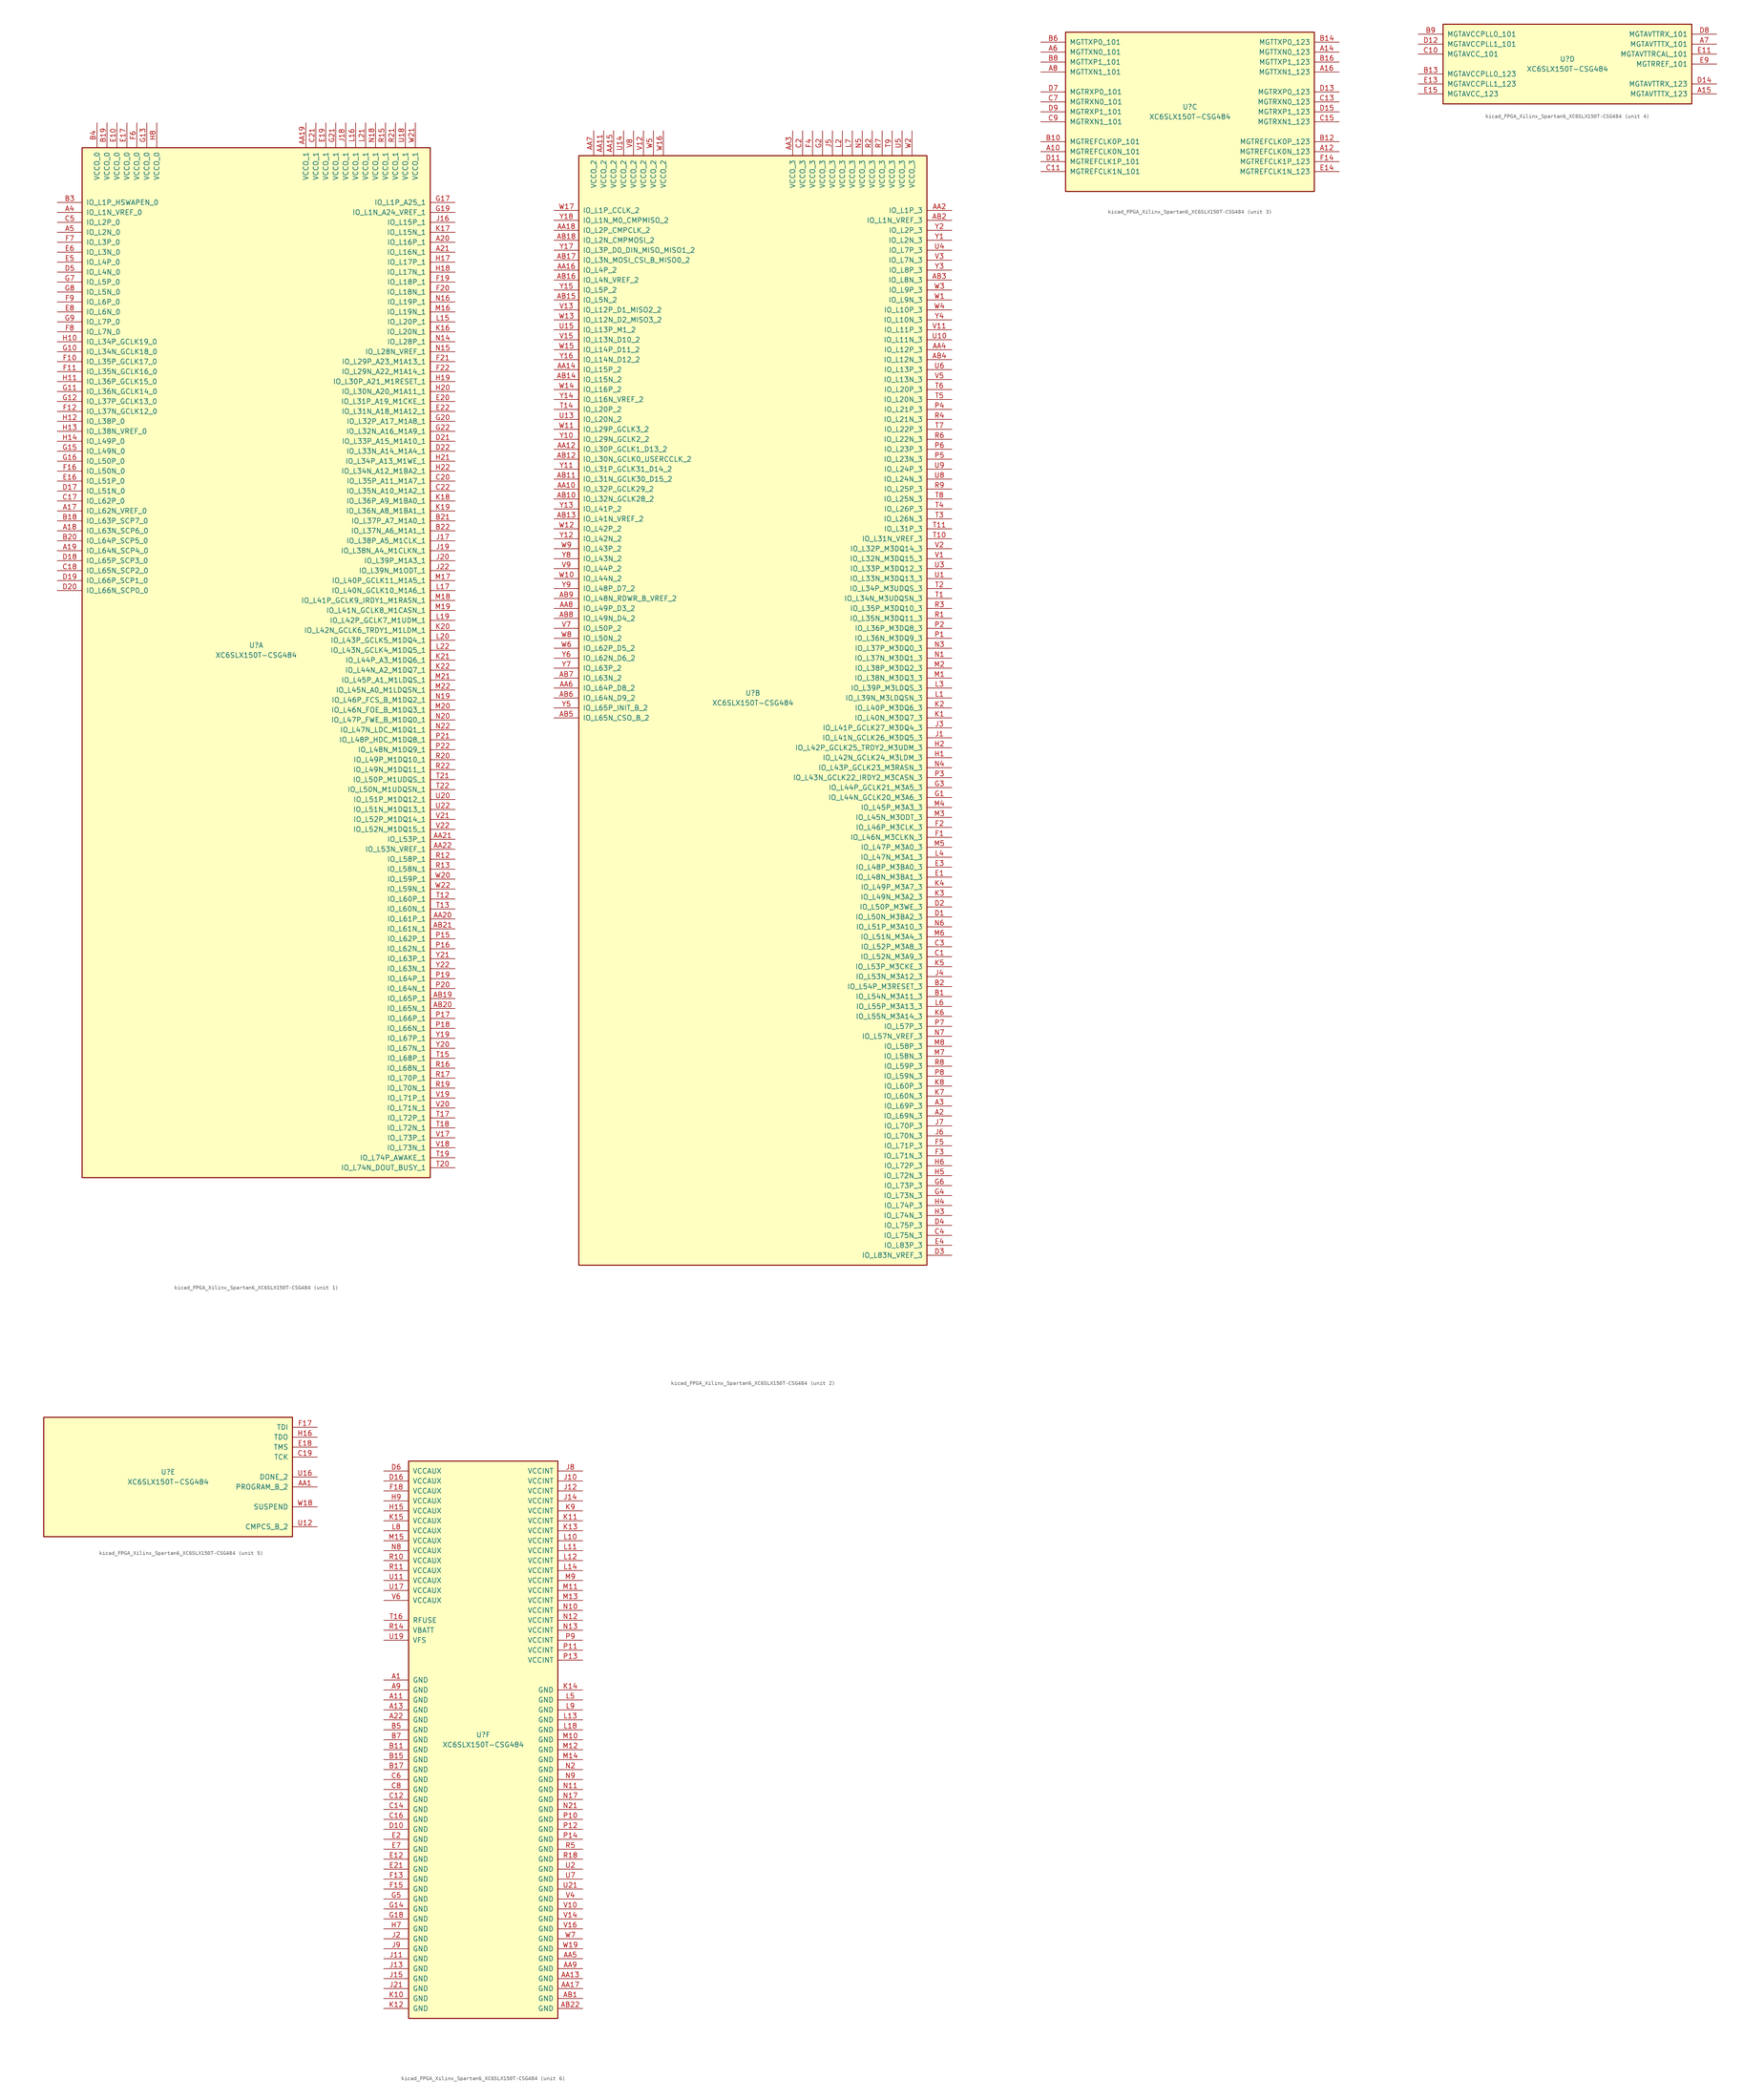
<source format=kicad_sym>
(kicad_symbol_lib
  (version 20220914)
  (generator kicad_symbol_editor)
  (symbol "kicad_FPGA_Xilinx_Spartan6_XC6SLX150T-CSG484"
    (pin_names
      (offset 1.016))
    (property "Reference" "U"
      (at 0 1.27 0)
      (effects (font (size 1.27 1.27))))
    (property "Value" "XC6SLX150T-CSG484"
      (at 0 -1.27 0)
      (effects (font (size 1.27 1.27))))
    (property "Datasheet" ""
      (at 0 0 0)
      (effects (font (size 1.27 1.27))))
    (property "ki_locked" ""
      (at 0 0 0)
      (effects (font (size 1.27 1.27))))
    (symbol "kicad_FPGA_Xilinx_Spartan6_XC6SLX150T-CSG484_1_1"
      (rectangle (start -44.45 128.27) (end 44.45 -134.62) (stroke (width 0.254) (type default)) (fill (type background)))
      (pin bidirectional line (at -50.8 35.56 0) (length 6.35) (name "IO_L62N_VREF_0" (effects (font (size 1.27 1.27)))) (number "A17" (effects (font (size 1.27 1.27)))))
      (pin bidirectional line (at -50.8 30.48 0) (length 6.35) (name "IO_L63N_SCP6_0" (effects (font (size 1.27 1.27)))) (number "A18" (effects (font (size 1.27 1.27)))))
      (pin bidirectional line (at -50.8 25.4 0) (length 6.35) (name "IO_L64N_SCP4_0" (effects (font (size 1.27 1.27)))) (number "A19" (effects (font (size 1.27 1.27)))))
      (pin bidirectional line (at 50.8 104.14 180) (length 6.35) (name "IO_L16P_1" (effects (font (size 1.27 1.27)))) (number "A20" (effects (font (size 1.27 1.27)))))
      (pin bidirectional line (at 50.8 101.6 180) (length 6.35) (name "IO_L16N_1" (effects (font (size 1.27 1.27)))) (number "A21" (effects (font (size 1.27 1.27)))))
      (pin bidirectional line (at -50.8 111.76 0) (length 6.35) (name "IO_L1N_VREF_0" (effects (font (size 1.27 1.27)))) (number "A4" (effects (font (size 1.27 1.27)))))
      (pin bidirectional line (at -50.8 106.68 0) (length 6.35) (name "IO_L2N_0" (effects (font (size 1.27 1.27)))) (number "A5" (effects (font (size 1.27 1.27)))))
      (pin power_in line (at 12.7 134.62 270) (length 6.35) (name "VCCO_1" (effects (font (size 1.27 1.27)))) (number "AA19" (effects (font (size 1.27 1.27)))))
      (pin bidirectional line (at 50.8 -68.58 180) (length 6.35) (name "IO_L61P_1" (effects (font (size 1.27 1.27)))) (number "AA20" (effects (font (size 1.27 1.27)))))
      (pin bidirectional line (at 50.8 -48.26 180) (length 6.35) (name "IO_L53P_1" (effects (font (size 1.27 1.27)))) (number "AA21" (effects (font (size 1.27 1.27)))))
      (pin bidirectional line (at 50.8 -50.8 180) (length 6.35) (name "IO_L53N_VREF_1" (effects (font (size 1.27 1.27)))) (number "AA22" (effects (font (size 1.27 1.27)))))
      (pin bidirectional line (at 50.8 -88.9 180) (length 6.35) (name "IO_L65P_1" (effects (font (size 1.27 1.27)))) (number "AB19" (effects (font (size 1.27 1.27)))))
      (pin bidirectional line (at 50.8 -91.44 180) (length 6.35) (name "IO_L65N_1" (effects (font (size 1.27 1.27)))) (number "AB20" (effects (font (size 1.27 1.27)))))
      (pin bidirectional line (at 50.8 -71.12 180) (length 6.35) (name "IO_L61N_1" (effects (font (size 1.27 1.27)))) (number "AB21" (effects (font (size 1.27 1.27)))))
      (pin bidirectional line (at -50.8 33.02 0) (length 6.35) (name "IO_L63P_SCP7_0" (effects (font (size 1.27 1.27)))) (number "B18" (effects (font (size 1.27 1.27)))))
      (pin power_in line (at -38.1 134.62 270) (length 6.35) (name "VCCO_0" (effects (font (size 1.27 1.27)))) (number "B19" (effects (font (size 1.27 1.27)))))
      (pin bidirectional line (at -50.8 27.94 0) (length 6.35) (name "IO_L64P_SCP5_0" (effects (font (size 1.27 1.27)))) (number "B20" (effects (font (size 1.27 1.27)))))
      (pin bidirectional line (at 50.8 33.02 180) (length 6.35) (name "IO_L37P_A7_M1A0_1" (effects (font (size 1.27 1.27)))) (number "B21" (effects (font (size 1.27 1.27)))))
      (pin bidirectional line (at 50.8 30.48 180) (length 6.35) (name "IO_L37N_A6_M1A1_1" (effects (font (size 1.27 1.27)))) (number "B22" (effects (font (size 1.27 1.27)))))
      (pin bidirectional line (at -50.8 114.3 0) (length 6.35) (name "IO_L1P_HSWAPEN_0" (effects (font (size 1.27 1.27)))) (number "B3" (effects (font (size 1.27 1.27)))))
      (pin power_in line (at -40.64 134.62 270) (length 6.35) (name "VCCO_0" (effects (font (size 1.27 1.27)))) (number "B4" (effects (font (size 1.27 1.27)))))
      (pin bidirectional line (at -50.8 38.1 0) (length 6.35) (name "IO_L62P_0" (effects (font (size 1.27 1.27)))) (number "C17" (effects (font (size 1.27 1.27)))))
      (pin bidirectional line (at -50.8 20.32 0) (length 6.35) (name "IO_L65N_SCP2_0" (effects (font (size 1.27 1.27)))) (number "C18" (effects (font (size 1.27 1.27)))))
      (pin bidirectional line (at 50.8 43.18 180) (length 6.35) (name "IO_L35P_A11_M1A7_1" (effects (font (size 1.27 1.27)))) (number "C20" (effects (font (size 1.27 1.27)))))
      (pin power_in line (at 15.24 134.62 270) (length 6.35) (name "VCCO_1" (effects (font (size 1.27 1.27)))) (number "C21" (effects (font (size 1.27 1.27)))))
      (pin bidirectional line (at 50.8 40.64 180) (length 6.35) (name "IO_L35N_A10_M1A2_1" (effects (font (size 1.27 1.27)))) (number "C22" (effects (font (size 1.27 1.27)))))
      (pin bidirectional line (at -50.8 109.22 0) (length 6.35) (name "IO_L2P_0" (effects (font (size 1.27 1.27)))) (number "C5" (effects (font (size 1.27 1.27)))))
      (pin bidirectional line (at -50.8 40.64 0) (length 6.35) (name "IO_L51N_0" (effects (font (size 1.27 1.27)))) (number "D17" (effects (font (size 1.27 1.27)))))
      (pin bidirectional line (at -50.8 22.86 0) (length 6.35) (name "IO_L65P_SCP3_0" (effects (font (size 1.27 1.27)))) (number "D18" (effects (font (size 1.27 1.27)))))
      (pin bidirectional line (at -50.8 17.78 0) (length 6.35) (name "IO_L66P_SCP1_0" (effects (font (size 1.27 1.27)))) (number "D19" (effects (font (size 1.27 1.27)))))
      (pin bidirectional line (at -50.8 15.24 0) (length 6.35) (name "IO_L66N_SCP0_0" (effects (font (size 1.27 1.27)))) (number "D20" (effects (font (size 1.27 1.27)))))
      (pin bidirectional line (at 50.8 53.34 180) (length 6.35) (name "IO_L33P_A15_M1A10_1" (effects (font (size 1.27 1.27)))) (number "D21" (effects (font (size 1.27 1.27)))))
      (pin bidirectional line (at 50.8 50.8 180) (length 6.35) (name "IO_L33N_A14_M1A4_1" (effects (font (size 1.27 1.27)))) (number "D22" (effects (font (size 1.27 1.27)))))
      (pin bidirectional line (at -50.8 96.52 0) (length 6.35) (name "IO_L4N_0" (effects (font (size 1.27 1.27)))) (number "D5" (effects (font (size 1.27 1.27)))))
      (pin power_in line (at -35.56 134.62 270) (length 6.35) (name "VCCO_0" (effects (font (size 1.27 1.27)))) (number "E10" (effects (font (size 1.27 1.27)))))
      (pin bidirectional line (at -50.8 43.18 0) (length 6.35) (name "IO_L51P_0" (effects (font (size 1.27 1.27)))) (number "E16" (effects (font (size 1.27 1.27)))))
      (pin power_in line (at -33.02 134.62 270) (length 6.35) (name "VCCO_0" (effects (font (size 1.27 1.27)))) (number "E17" (effects (font (size 1.27 1.27)))))
      (pin power_in line (at 17.78 134.62 270) (length 6.35) (name "VCCO_1" (effects (font (size 1.27 1.27)))) (number "E19" (effects (font (size 1.27 1.27)))))
      (pin bidirectional line (at 50.8 63.5 180) (length 6.35) (name "IO_L31P_A19_M1CKE_1" (effects (font (size 1.27 1.27)))) (number "E20" (effects (font (size 1.27 1.27)))))
      (pin bidirectional line (at 50.8 60.96 180) (length 6.35) (name "IO_L31N_A18_M1A12_1" (effects (font (size 1.27 1.27)))) (number "E22" (effects (font (size 1.27 1.27)))))
      (pin bidirectional line (at -50.8 99.06 0) (length 6.35) (name "IO_L4P_0" (effects (font (size 1.27 1.27)))) (number "E5" (effects (font (size 1.27 1.27)))))
      (pin bidirectional line (at -50.8 101.6 0) (length 6.35) (name "IO_L3N_0" (effects (font (size 1.27 1.27)))) (number "E6" (effects (font (size 1.27 1.27)))))
      (pin bidirectional line (at -50.8 86.36 0) (length 6.35) (name "IO_L6N_0" (effects (font (size 1.27 1.27)))) (number "E8" (effects (font (size 1.27 1.27)))))
      (pin bidirectional line (at -50.8 73.66 0) (length 6.35) (name "IO_L35P_GCLK17_0" (effects (font (size 1.27 1.27)))) (number "F10" (effects (font (size 1.27 1.27)))))
      (pin bidirectional line (at -50.8 71.12 0) (length 6.35) (name "IO_L35N_GCLK16_0" (effects (font (size 1.27 1.27)))) (number "F11" (effects (font (size 1.27 1.27)))))
      (pin bidirectional line (at -50.8 60.96 0) (length 6.35) (name "IO_L37N_GCLK12_0" (effects (font (size 1.27 1.27)))) (number "F12" (effects (font (size 1.27 1.27)))))
      (pin bidirectional line (at -50.8 45.72 0) (length 6.35) (name "IO_L50N_0" (effects (font (size 1.27 1.27)))) (number "F16" (effects (font (size 1.27 1.27)))))
      (pin bidirectional line (at 50.8 93.98 180) (length 6.35) (name "IO_L18P_1" (effects (font (size 1.27 1.27)))) (number "F19" (effects (font (size 1.27 1.27)))))
      (pin bidirectional line (at 50.8 91.44 180) (length 6.35) (name "IO_L18N_1" (effects (font (size 1.27 1.27)))) (number "F20" (effects (font (size 1.27 1.27)))))
      (pin bidirectional line (at 50.8 73.66 180) (length 6.35) (name "IO_L29P_A23_M1A13_1" (effects (font (size 1.27 1.27)))) (number "F21" (effects (font (size 1.27 1.27)))))
      (pin bidirectional line (at 50.8 71.12 180) (length 6.35) (name "IO_L29N_A22_M1A14_1" (effects (font (size 1.27 1.27)))) (number "F22" (effects (font (size 1.27 1.27)))))
      (pin power_in line (at -30.48 134.62 270) (length 6.35) (name "VCCO_0" (effects (font (size 1.27 1.27)))) (number "F6" (effects (font (size 1.27 1.27)))))
      (pin bidirectional line (at -50.8 104.14 0) (length 6.35) (name "IO_L3P_0" (effects (font (size 1.27 1.27)))) (number "F7" (effects (font (size 1.27 1.27)))))
      (pin bidirectional line (at -50.8 81.28 0) (length 6.35) (name "IO_L7N_0" (effects (font (size 1.27 1.27)))) (number "F8" (effects (font (size 1.27 1.27)))))
      (pin bidirectional line (at -50.8 88.9 0) (length 6.35) (name "IO_L6P_0" (effects (font (size 1.27 1.27)))) (number "F9" (effects (font (size 1.27 1.27)))))
      (pin bidirectional line (at -50.8 76.2 0) (length 6.35) (name "IO_L34N_GCLK18_0" (effects (font (size 1.27 1.27)))) (number "G10" (effects (font (size 1.27 1.27)))))
      (pin bidirectional line (at -50.8 66.04 0) (length 6.35) (name "IO_L36N_GCLK14_0" (effects (font (size 1.27 1.27)))) (number "G11" (effects (font (size 1.27 1.27)))))
      (pin bidirectional line (at -50.8 63.5 0) (length 6.35) (name "IO_L37P_GCLK13_0" (effects (font (size 1.27 1.27)))) (number "G12" (effects (font (size 1.27 1.27)))))
      (pin power_in line (at -27.94 134.62 270) (length 6.35) (name "VCCO_0" (effects (font (size 1.27 1.27)))) (number "G13" (effects (font (size 1.27 1.27)))))
      (pin bidirectional line (at -50.8 50.8 0) (length 6.35) (name "IO_L49N_0" (effects (font (size 1.27 1.27)))) (number "G15" (effects (font (size 1.27 1.27)))))
      (pin bidirectional line (at -50.8 48.26 0) (length 6.35) (name "IO_L50P_0" (effects (font (size 1.27 1.27)))) (number "G16" (effects (font (size 1.27 1.27)))))
      (pin bidirectional line (at 50.8 114.3 180) (length 6.35) (name "IO_L1P_A25_1" (effects (font (size 1.27 1.27)))) (number "G17" (effects (font (size 1.27 1.27)))))
      (pin bidirectional line (at 50.8 111.76 180) (length 6.35) (name "IO_L1N_A24_VREF_1" (effects (font (size 1.27 1.27)))) (number "G19" (effects (font (size 1.27 1.27)))))
      (pin bidirectional line (at 50.8 58.42 180) (length 6.35) (name "IO_L32P_A17_M1A8_1" (effects (font (size 1.27 1.27)))) (number "G20" (effects (font (size 1.27 1.27)))))
      (pin power_in line (at 20.32 134.62 270) (length 6.35) (name "VCCO_1" (effects (font (size 1.27 1.27)))) (number "G21" (effects (font (size 1.27 1.27)))))
      (pin bidirectional line (at 50.8 55.88 180) (length 6.35) (name "IO_L32N_A16_M1A9_1" (effects (font (size 1.27 1.27)))) (number "G22" (effects (font (size 1.27 1.27)))))
      (pin bidirectional line (at -50.8 93.98 0) (length 6.35) (name "IO_L5P_0" (effects (font (size 1.27 1.27)))) (number "G7" (effects (font (size 1.27 1.27)))))
      (pin bidirectional line (at -50.8 91.44 0) (length 6.35) (name "IO_L5N_0" (effects (font (size 1.27 1.27)))) (number "G8" (effects (font (size 1.27 1.27)))))
      (pin bidirectional line (at -50.8 83.82 0) (length 6.35) (name "IO_L7P_0" (effects (font (size 1.27 1.27)))) (number "G9" (effects (font (size 1.27 1.27)))))
      (pin bidirectional line (at -50.8 78.74 0) (length 6.35) (name "IO_L34P_GCLK19_0" (effects (font (size 1.27 1.27)))) (number "H10" (effects (font (size 1.27 1.27)))))
      (pin bidirectional line (at -50.8 68.58 0) (length 6.35) (name "IO_L36P_GCLK15_0" (effects (font (size 1.27 1.27)))) (number "H11" (effects (font (size 1.27 1.27)))))
      (pin bidirectional line (at -50.8 58.42 0) (length 6.35) (name "IO_L38P_0" (effects (font (size 1.27 1.27)))) (number "H12" (effects (font (size 1.27 1.27)))))
      (pin bidirectional line (at -50.8 55.88 0) (length 6.35) (name "IO_L38N_VREF_0" (effects (font (size 1.27 1.27)))) (number "H13" (effects (font (size 1.27 1.27)))))
      (pin bidirectional line (at -50.8 53.34 0) (length 6.35) (name "IO_L49P_0" (effects (font (size 1.27 1.27)))) (number "H14" (effects (font (size 1.27 1.27)))))
      (pin bidirectional line (at 50.8 99.06 180) (length 6.35) (name "IO_L17P_1" (effects (font (size 1.27 1.27)))) (number "H17" (effects (font (size 1.27 1.27)))))
      (pin bidirectional line (at 50.8 96.52 180) (length 6.35) (name "IO_L17N_1" (effects (font (size 1.27 1.27)))) (number "H18" (effects (font (size 1.27 1.27)))))
      (pin bidirectional line (at 50.8 68.58 180) (length 6.35) (name "IO_L30P_A21_M1RESET_1" (effects (font (size 1.27 1.27)))) (number "H19" (effects (font (size 1.27 1.27)))))
      (pin bidirectional line (at 50.8 66.04 180) (length 6.35) (name "IO_L30N_A20_M1A11_1" (effects (font (size 1.27 1.27)))) (number "H20" (effects (font (size 1.27 1.27)))))
      (pin bidirectional line (at 50.8 48.26 180) (length 6.35) (name "IO_L34P_A13_M1WE_1" (effects (font (size 1.27 1.27)))) (number "H21" (effects (font (size 1.27 1.27)))))
      (pin bidirectional line (at 50.8 45.72 180) (length 6.35) (name "IO_L34N_A12_M1BA2_1" (effects (font (size 1.27 1.27)))) (number "H22" (effects (font (size 1.27 1.27)))))
      (pin power_in line (at -25.4 134.62 270) (length 6.35) (name "VCCO_0" (effects (font (size 1.27 1.27)))) (number "H8" (effects (font (size 1.27 1.27)))))
      (pin bidirectional line (at 50.8 109.22 180) (length 6.35) (name "IO_L15P_1" (effects (font (size 1.27 1.27)))) (number "J16" (effects (font (size 1.27 1.27)))))
      (pin bidirectional line (at 50.8 27.94 180) (length 6.35) (name "IO_L38P_A5_M1CLK_1" (effects (font (size 1.27 1.27)))) (number "J17" (effects (font (size 1.27 1.27)))))
      (pin power_in line (at 22.86 134.62 270) (length 6.35) (name "VCCO_1" (effects (font (size 1.27 1.27)))) (number "J18" (effects (font (size 1.27 1.27)))))
      (pin bidirectional line (at 50.8 25.4 180) (length 6.35) (name "IO_L38N_A4_M1CLKN_1" (effects (font (size 1.27 1.27)))) (number "J19" (effects (font (size 1.27 1.27)))))
      (pin bidirectional line (at 50.8 22.86 180) (length 6.35) (name "IO_L39P_M1A3_1" (effects (font (size 1.27 1.27)))) (number "J20" (effects (font (size 1.27 1.27)))))
      (pin bidirectional line (at 50.8 20.32 180) (length 6.35) (name "IO_L39N_M1ODT_1" (effects (font (size 1.27 1.27)))) (number "J22" (effects (font (size 1.27 1.27)))))
      (pin bidirectional line (at 50.8 81.28 180) (length 6.35) (name "IO_L20N_1" (effects (font (size 1.27 1.27)))) (number "K16" (effects (font (size 1.27 1.27)))))
      (pin bidirectional line (at 50.8 106.68 180) (length 6.35) (name "IO_L15N_1" (effects (font (size 1.27 1.27)))) (number "K17" (effects (font (size 1.27 1.27)))))
      (pin bidirectional line (at 50.8 38.1 180) (length 6.35) (name "IO_L36P_A9_M1BA0_1" (effects (font (size 1.27 1.27)))) (number "K18" (effects (font (size 1.27 1.27)))))
      (pin bidirectional line (at 50.8 35.56 180) (length 6.35) (name "IO_L36N_A8_M1BA1_1" (effects (font (size 1.27 1.27)))) (number "K19" (effects (font (size 1.27 1.27)))))
      (pin bidirectional line (at 50.8 5.08 180) (length 6.35) (name "IO_L42N_GCLK6_TRDY1_M1LDM_1" (effects (font (size 1.27 1.27)))) (number "K20" (effects (font (size 1.27 1.27)))))
      (pin bidirectional line (at 50.8 -2.54 180) (length 6.35) (name "IO_L44P_A3_M1DQ6_1" (effects (font (size 1.27 1.27)))) (number "K21" (effects (font (size 1.27 1.27)))))
      (pin bidirectional line (at 50.8 -5.08 180) (length 6.35) (name "IO_L44N_A2_M1DQ7_1" (effects (font (size 1.27 1.27)))) (number "K22" (effects (font (size 1.27 1.27)))))
      (pin bidirectional line (at 50.8 83.82 180) (length 6.35) (name "IO_L20P_1" (effects (font (size 1.27 1.27)))) (number "L15" (effects (font (size 1.27 1.27)))))
      (pin power_in line (at 25.4 134.62 270) (length 6.35) (name "VCCO_1" (effects (font (size 1.27 1.27)))) (number "L16" (effects (font (size 1.27 1.27)))))
      (pin bidirectional line (at 50.8 15.24 180) (length 6.35) (name "IO_L40N_GCLK10_M1A6_1" (effects (font (size 1.27 1.27)))) (number "L17" (effects (font (size 1.27 1.27)))))
      (pin bidirectional line (at 50.8 7.62 180) (length 6.35) (name "IO_L42P_GCLK7_M1UDM_1" (effects (font (size 1.27 1.27)))) (number "L19" (effects (font (size 1.27 1.27)))))
      (pin bidirectional line (at 50.8 2.54 180) (length 6.35) (name "IO_L43P_GCLK5_M1DQ4_1" (effects (font (size 1.27 1.27)))) (number "L20" (effects (font (size 1.27 1.27)))))
      (pin power_in line (at 27.94 134.62 270) (length 6.35) (name "VCCO_1" (effects (font (size 1.27 1.27)))) (number "L21" (effects (font (size 1.27 1.27)))))
      (pin bidirectional line (at 50.8 0 180) (length 6.35) (name "IO_L43N_GCLK4_M1DQ5_1" (effects (font (size 1.27 1.27)))) (number "L22" (effects (font (size 1.27 1.27)))))
      (pin bidirectional line (at 50.8 86.36 180) (length 6.35) (name "IO_L19N_1" (effects (font (size 1.27 1.27)))) (number "M16" (effects (font (size 1.27 1.27)))))
      (pin bidirectional line (at 50.8 17.78 180) (length 6.35) (name "IO_L40P_GCLK11_M1A5_1" (effects (font (size 1.27 1.27)))) (number "M17" (effects (font (size 1.27 1.27)))))
      (pin bidirectional line (at 50.8 12.7 180) (length 6.35) (name "IO_L41P_GCLK9_IRDY1_M1RASN_1" (effects (font (size 1.27 1.27)))) (number "M18" (effects (font (size 1.27 1.27)))))
      (pin bidirectional line (at 50.8 10.16 180) (length 6.35) (name "IO_L41N_GCLK8_M1CASN_1" (effects (font (size 1.27 1.27)))) (number "M19" (effects (font (size 1.27 1.27)))))
      (pin bidirectional line (at 50.8 -15.24 180) (length 6.35) (name "IO_L46N_FOE_B_M1DQ3_1" (effects (font (size 1.27 1.27)))) (number "M20" (effects (font (size 1.27 1.27)))))
      (pin bidirectional line (at 50.8 -7.62 180) (length 6.35) (name "IO_L45P_A1_M1LDQS_1" (effects (font (size 1.27 1.27)))) (number "M21" (effects (font (size 1.27 1.27)))))
      (pin bidirectional line (at 50.8 -10.16 180) (length 6.35) (name "IO_L45N_A0_M1LDQSN_1" (effects (font (size 1.27 1.27)))) (number "M22" (effects (font (size 1.27 1.27)))))
      (pin bidirectional line (at 50.8 78.74 180) (length 6.35) (name "IO_L28P_1" (effects (font (size 1.27 1.27)))) (number "N14" (effects (font (size 1.27 1.27)))))
      (pin bidirectional line (at 50.8 76.2 180) (length 6.35) (name "IO_L28N_VREF_1" (effects (font (size 1.27 1.27)))) (number "N15" (effects (font (size 1.27 1.27)))))
      (pin bidirectional line (at 50.8 88.9 180) (length 6.35) (name "IO_L19P_1" (effects (font (size 1.27 1.27)))) (number "N16" (effects (font (size 1.27 1.27)))))
      (pin power_in line (at 30.48 134.62 270) (length 6.35) (name "VCCO_1" (effects (font (size 1.27 1.27)))) (number "N18" (effects (font (size 1.27 1.27)))))
      (pin bidirectional line (at 50.8 -12.7 180) (length 6.35) (name "IO_L46P_FCS_B_M1DQ2_1" (effects (font (size 1.27 1.27)))) (number "N19" (effects (font (size 1.27 1.27)))))
      (pin bidirectional line (at 50.8 -17.78 180) (length 6.35) (name "IO_L47P_FWE_B_M1DQ0_1" (effects (font (size 1.27 1.27)))) (number "N20" (effects (font (size 1.27 1.27)))))
      (pin bidirectional line (at 50.8 -20.32 180) (length 6.35) (name "IO_L47N_LDC_M1DQ1_1" (effects (font (size 1.27 1.27)))) (number "N22" (effects (font (size 1.27 1.27)))))
      (pin bidirectional line (at 50.8 -73.66 180) (length 6.35) (name "IO_L62P_1" (effects (font (size 1.27 1.27)))) (number "P15" (effects (font (size 1.27 1.27)))))
      (pin bidirectional line (at 50.8 -76.2 180) (length 6.35) (name "IO_L62N_1" (effects (font (size 1.27 1.27)))) (number "P16" (effects (font (size 1.27 1.27)))))
      (pin bidirectional line (at 50.8 -93.98 180) (length 6.35) (name "IO_L66P_1" (effects (font (size 1.27 1.27)))) (number "P17" (effects (font (size 1.27 1.27)))))
      (pin bidirectional line (at 50.8 -96.52 180) (length 6.35) (name "IO_L66N_1" (effects (font (size 1.27 1.27)))) (number "P18" (effects (font (size 1.27 1.27)))))
      (pin bidirectional line (at 50.8 -83.82 180) (length 6.35) (name "IO_L64P_1" (effects (font (size 1.27 1.27)))) (number "P19" (effects (font (size 1.27 1.27)))))
      (pin bidirectional line (at 50.8 -86.36 180) (length 6.35) (name "IO_L64N_1" (effects (font (size 1.27 1.27)))) (number "P20" (effects (font (size 1.27 1.27)))))
      (pin bidirectional line (at 50.8 -22.86 180) (length 6.35) (name "IO_L48P_HDC_M1DQ8_1" (effects (font (size 1.27 1.27)))) (number "P21" (effects (font (size 1.27 1.27)))))
      (pin bidirectional line (at 50.8 -25.4 180) (length 6.35) (name "IO_L48N_M1DQ9_1" (effects (font (size 1.27 1.27)))) (number "P22" (effects (font (size 1.27 1.27)))))
      (pin bidirectional line (at 50.8 -53.34 180) (length 6.35) (name "IO_L58P_1" (effects (font (size 1.27 1.27)))) (number "R12" (effects (font (size 1.27 1.27)))))
      (pin bidirectional line (at 50.8 -55.88 180) (length 6.35) (name "IO_L58N_1" (effects (font (size 1.27 1.27)))) (number "R13" (effects (font (size 1.27 1.27)))))
      (pin power_in line (at 33.02 134.62 270) (length 6.35) (name "VCCO_1" (effects (font (size 1.27 1.27)))) (number "R15" (effects (font (size 1.27 1.27)))))
      (pin bidirectional line (at 50.8 -106.68 180) (length 6.35) (name "IO_L68N_1" (effects (font (size 1.27 1.27)))) (number "R16" (effects (font (size 1.27 1.27)))))
      (pin bidirectional line (at 50.8 -109.22 180) (length 6.35) (name "IO_L70P_1" (effects (font (size 1.27 1.27)))) (number "R17" (effects (font (size 1.27 1.27)))))
      (pin bidirectional line (at 50.8 -111.76 180) (length 6.35) (name "IO_L70N_1" (effects (font (size 1.27 1.27)))) (number "R19" (effects (font (size 1.27 1.27)))))
      (pin bidirectional line (at 50.8 -27.94 180) (length 6.35) (name "IO_L49P_M1DQ10_1" (effects (font (size 1.27 1.27)))) (number "R20" (effects (font (size 1.27 1.27)))))
      (pin power_in line (at 35.56 134.62 270) (length 6.35) (name "VCCO_1" (effects (font (size 1.27 1.27)))) (number "R21" (effects (font (size 1.27 1.27)))))
      (pin bidirectional line (at 50.8 -30.48 180) (length 6.35) (name "IO_L49N_M1DQ11_1" (effects (font (size 1.27 1.27)))) (number "R22" (effects (font (size 1.27 1.27)))))
      (pin bidirectional line (at 50.8 -63.5 180) (length 6.35) (name "IO_L60P_1" (effects (font (size 1.27 1.27)))) (number "T12" (effects (font (size 1.27 1.27)))))
      (pin bidirectional line (at 50.8 -66.04 180) (length 6.35) (name "IO_L60N_1" (effects (font (size 1.27 1.27)))) (number "T13" (effects (font (size 1.27 1.27)))))
      (pin bidirectional line (at 50.8 -104.14 180) (length 6.35) (name "IO_L68P_1" (effects (font (size 1.27 1.27)))) (number "T15" (effects (font (size 1.27 1.27)))))
      (pin bidirectional line (at 50.8 -119.38 180) (length 6.35) (name "IO_L72P_1" (effects (font (size 1.27 1.27)))) (number "T17" (effects (font (size 1.27 1.27)))))
      (pin bidirectional line (at 50.8 -121.92 180) (length 6.35) (name "IO_L72N_1" (effects (font (size 1.27 1.27)))) (number "T18" (effects (font (size 1.27 1.27)))))
      (pin bidirectional line (at 50.8 -129.54 180) (length 6.35) (name "IO_L74P_AWAKE_1" (effects (font (size 1.27 1.27)))) (number "T19" (effects (font (size 1.27 1.27)))))
      (pin bidirectional line (at 50.8 -132.08 180) (length 6.35) (name "IO_L74N_DOUT_BUSY_1" (effects (font (size 1.27 1.27)))) (number "T20" (effects (font (size 1.27 1.27)))))
      (pin bidirectional line (at 50.8 -33.02 180) (length 6.35) (name "IO_L50P_M1UDQS_1" (effects (font (size 1.27 1.27)))) (number "T21" (effects (font (size 1.27 1.27)))))
      (pin bidirectional line (at 50.8 -35.56 180) (length 6.35) (name "IO_L50N_M1UDQSN_1" (effects (font (size 1.27 1.27)))) (number "T22" (effects (font (size 1.27 1.27)))))
      (pin power_in line (at 38.1 134.62 270) (length 6.35) (name "VCCO_1" (effects (font (size 1.27 1.27)))) (number "U18" (effects (font (size 1.27 1.27)))))
      (pin bidirectional line (at 50.8 -38.1 180) (length 6.35) (name "IO_L51P_M1DQ12_1" (effects (font (size 1.27 1.27)))) (number "U20" (effects (font (size 1.27 1.27)))))
      (pin bidirectional line (at 50.8 -40.64 180) (length 6.35) (name "IO_L51N_M1DQ13_1" (effects (font (size 1.27 1.27)))) (number "U22" (effects (font (size 1.27 1.27)))))
      (pin bidirectional line (at 50.8 -124.46 180) (length 6.35) (name "IO_L73P_1" (effects (font (size 1.27 1.27)))) (number "V17" (effects (font (size 1.27 1.27)))))
      (pin bidirectional line (at 50.8 -127 180) (length 6.35) (name "IO_L73N_1" (effects (font (size 1.27 1.27)))) (number "V18" (effects (font (size 1.27 1.27)))))
      (pin bidirectional line (at 50.8 -114.3 180) (length 6.35) (name "IO_L71P_1" (effects (font (size 1.27 1.27)))) (number "V19" (effects (font (size 1.27 1.27)))))
      (pin bidirectional line (at 50.8 -116.84 180) (length 6.35) (name "IO_L71N_1" (effects (font (size 1.27 1.27)))) (number "V20" (effects (font (size 1.27 1.27)))))
      (pin bidirectional line (at 50.8 -43.18 180) (length 6.35) (name "IO_L52P_M1DQ14_1" (effects (font (size 1.27 1.27)))) (number "V21" (effects (font (size 1.27 1.27)))))
      (pin bidirectional line (at 50.8 -45.72 180) (length 6.35) (name "IO_L52N_M1DQ15_1" (effects (font (size 1.27 1.27)))) (number "V22" (effects (font (size 1.27 1.27)))))
      (pin bidirectional line (at 50.8 -58.42 180) (length 6.35) (name "IO_L59P_1" (effects (font (size 1.27 1.27)))) (number "W20" (effects (font (size 1.27 1.27)))))
      (pin power_in line (at 40.64 134.62 270) (length 6.35) (name "VCCO_1" (effects (font (size 1.27 1.27)))) (number "W21" (effects (font (size 1.27 1.27)))))
      (pin bidirectional line (at 50.8 -60.96 180) (length 6.35) (name "IO_L59N_1" (effects (font (size 1.27 1.27)))) (number "W22" (effects (font (size 1.27 1.27)))))
      (pin bidirectional line (at 50.8 -99.06 180) (length 6.35) (name "IO_L67P_1" (effects (font (size 1.27 1.27)))) (number "Y19" (effects (font (size 1.27 1.27)))))
      (pin bidirectional line (at 50.8 -101.6 180) (length 6.35) (name "IO_L67N_1" (effects (font (size 1.27 1.27)))) (number "Y20" (effects (font (size 1.27 1.27)))))
      (pin bidirectional line (at 50.8 -78.74 180) (length 6.35) (name "IO_L63P_1" (effects (font (size 1.27 1.27)))) (number "Y21" (effects (font (size 1.27 1.27)))))
      (pin bidirectional line (at 50.8 -81.28 180) (length 6.35) (name "IO_L63N_1" (effects (font (size 1.27 1.27)))) (number "Y22" (effects (font (size 1.27 1.27))))))
    (symbol "kicad_FPGA_Xilinx_Spartan6_XC6SLX150T-CSG484_2_1"
      (rectangle (start -44.45 138.43) (end 44.45 -144.78) (stroke (width 0.254) (type default)) (fill (type background)))
      (pin bidirectional line (at 50.8 -106.68 180) (length 6.35) (name "IO_L69N_3" (effects (font (size 1.27 1.27)))) (number "A2" (effects (font (size 1.27 1.27)))))
      (pin bidirectional line (at 50.8 -104.14 180) (length 6.35) (name "IO_L69P_3" (effects (font (size 1.27 1.27)))) (number "A3" (effects (font (size 1.27 1.27)))))
      (pin bidirectional line (at -50.8 53.34 0) (length 6.35) (name "IO_L32P_GCLK29_2" (effects (font (size 1.27 1.27)))) (number "AA10" (effects (font (size 1.27 1.27)))))
      (pin power_in line (at -38.1 144.78 270) (length 6.35) (name "VCCO_2" (effects (font (size 1.27 1.27)))) (number "AA11" (effects (font (size 1.27 1.27)))))
      (pin bidirectional line (at -50.8 63.5 0) (length 6.35) (name "IO_L30P_GCLK1_D13_2" (effects (font (size 1.27 1.27)))) (number "AA12" (effects (font (size 1.27 1.27)))))
      (pin bidirectional line (at -50.8 83.82 0) (length 6.35) (name "IO_L15P_2" (effects (font (size 1.27 1.27)))) (number "AA14" (effects (font (size 1.27 1.27)))))
      (pin power_in line (at -35.56 144.78 270) (length 6.35) (name "VCCO_2" (effects (font (size 1.27 1.27)))) (number "AA15" (effects (font (size 1.27 1.27)))))
      (pin bidirectional line (at -50.8 109.22 0) (length 6.35) (name "IO_L4P_2" (effects (font (size 1.27 1.27)))) (number "AA16" (effects (font (size 1.27 1.27)))))
      (pin bidirectional line (at -50.8 119.38 0) (length 6.35) (name "IO_L2P_CMPCLK_2" (effects (font (size 1.27 1.27)))) (number "AA18" (effects (font (size 1.27 1.27)))))
      (pin bidirectional line (at 50.8 124.46 180) (length 6.35) (name "IO_L1P_3" (effects (font (size 1.27 1.27)))) (number "AA2" (effects (font (size 1.27 1.27)))))
      (pin power_in line (at 10.16 144.78 270) (length 6.35) (name "VCCO_3" (effects (font (size 1.27 1.27)))) (number "AA3" (effects (font (size 1.27 1.27)))))
      (pin bidirectional line (at 50.8 88.9 180) (length 6.35) (name "IO_L12P_3" (effects (font (size 1.27 1.27)))) (number "AA4" (effects (font (size 1.27 1.27)))))
      (pin bidirectional line (at -50.8 2.54 0) (length 6.35) (name "IO_L64P_D8_2" (effects (font (size 1.27 1.27)))) (number "AA6" (effects (font (size 1.27 1.27)))))
      (pin power_in line (at -40.64 144.78 270) (length 6.35) (name "VCCO_2" (effects (font (size 1.27 1.27)))) (number "AA7" (effects (font (size 1.27 1.27)))))
      (pin bidirectional line (at -50.8 22.86 0) (length 6.35) (name "IO_L49P_D3_2" (effects (font (size 1.27 1.27)))) (number "AA8" (effects (font (size 1.27 1.27)))))
      (pin bidirectional line (at -50.8 50.8 0) (length 6.35) (name "IO_L32N_GCLK28_2" (effects (font (size 1.27 1.27)))) (number "AB10" (effects (font (size 1.27 1.27)))))
      (pin bidirectional line (at -50.8 55.88 0) (length 6.35) (name "IO_L31N_GCLK30_D15_2" (effects (font (size 1.27 1.27)))) (number "AB11" (effects (font (size 1.27 1.27)))))
      (pin bidirectional line (at -50.8 60.96 0) (length 6.35) (name "IO_L30N_GCLK0_USERCCLK_2" (effects (font (size 1.27 1.27)))) (number "AB12" (effects (font (size 1.27 1.27)))))
      (pin bidirectional line (at -50.8 45.72 0) (length 6.35) (name "IO_L41N_VREF_2" (effects (font (size 1.27 1.27)))) (number "AB13" (effects (font (size 1.27 1.27)))))
      (pin bidirectional line (at -50.8 81.28 0) (length 6.35) (name "IO_L15N_2" (effects (font (size 1.27 1.27)))) (number "AB14" (effects (font (size 1.27 1.27)))))
      (pin bidirectional line (at -50.8 101.6 0) (length 6.35) (name "IO_L5N_2" (effects (font (size 1.27 1.27)))) (number "AB15" (effects (font (size 1.27 1.27)))))
      (pin bidirectional line (at -50.8 106.68 0) (length 6.35) (name "IO_L4N_VREF_2" (effects (font (size 1.27 1.27)))) (number "AB16" (effects (font (size 1.27 1.27)))))
      (pin bidirectional line (at -50.8 111.76 0) (length 6.35) (name "IO_L3N_MOSI_CSI_B_MISO0_2" (effects (font (size 1.27 1.27)))) (number "AB17" (effects (font (size 1.27 1.27)))))
      (pin bidirectional line (at -50.8 116.84 0) (length 6.35) (name "IO_L2N_CMPMOSI_2" (effects (font (size 1.27 1.27)))) (number "AB18" (effects (font (size 1.27 1.27)))))
      (pin bidirectional line (at 50.8 121.92 180) (length 6.35) (name "IO_L1N_VREF_3" (effects (font (size 1.27 1.27)))) (number "AB2" (effects (font (size 1.27 1.27)))))
      (pin bidirectional line (at 50.8 106.68 180) (length 6.35) (name "IO_L8N_3" (effects (font (size 1.27 1.27)))) (number "AB3" (effects (font (size 1.27 1.27)))))
      (pin bidirectional line (at 50.8 86.36 180) (length 6.35) (name "IO_L12N_3" (effects (font (size 1.27 1.27)))) (number "AB4" (effects (font (size 1.27 1.27)))))
      (pin bidirectional line (at -50.8 -5.08 0) (length 6.35) (name "IO_L65N_CSO_B_2" (effects (font (size 1.27 1.27)))) (number "AB5" (effects (font (size 1.27 1.27)))))
      (pin bidirectional line (at -50.8 0 0) (length 6.35) (name "IO_L64N_D9_2" (effects (font (size 1.27 1.27)))) (number "AB6" (effects (font (size 1.27 1.27)))))
      (pin bidirectional line (at -50.8 5.08 0) (length 6.35) (name "IO_L63N_2" (effects (font (size 1.27 1.27)))) (number "AB7" (effects (font (size 1.27 1.27)))))
      (pin bidirectional line (at -50.8 20.32 0) (length 6.35) (name "IO_L49N_D4_2" (effects (font (size 1.27 1.27)))) (number "AB8" (effects (font (size 1.27 1.27)))))
      (pin bidirectional line (at -50.8 25.4 0) (length 6.35) (name "IO_L48N_RDWR_B_VREF_2" (effects (font (size 1.27 1.27)))) (number "AB9" (effects (font (size 1.27 1.27)))))
      (pin bidirectional line (at 50.8 -76.2 180) (length 6.35) (name "IO_L54N_M3A11_3" (effects (font (size 1.27 1.27)))) (number "B1" (effects (font (size 1.27 1.27)))))
      (pin bidirectional line (at 50.8 -73.66 180) (length 6.35) (name "IO_L54P_M3RESET_3" (effects (font (size 1.27 1.27)))) (number "B2" (effects (font (size 1.27 1.27)))))
      (pin bidirectional line (at 50.8 -66.04 180) (length 6.35) (name "IO_L52N_M3A9_3" (effects (font (size 1.27 1.27)))) (number "C1" (effects (font (size 1.27 1.27)))))
      (pin power_in line (at 12.7 144.78 270) (length 6.35) (name "VCCO_3" (effects (font (size 1.27 1.27)))) (number "C2" (effects (font (size 1.27 1.27)))))
      (pin bidirectional line (at 50.8 -63.5 180) (length 6.35) (name "IO_L52P_M3A8_3" (effects (font (size 1.27 1.27)))) (number "C3" (effects (font (size 1.27 1.27)))))
      (pin bidirectional line (at 50.8 -137.16 180) (length 6.35) (name "IO_L75N_3" (effects (font (size 1.27 1.27)))) (number "C4" (effects (font (size 1.27 1.27)))))
      (pin bidirectional line (at 50.8 -55.88 180) (length 6.35) (name "IO_L50N_M3BA2_3" (effects (font (size 1.27 1.27)))) (number "D1" (effects (font (size 1.27 1.27)))))
      (pin bidirectional line (at 50.8 -53.34 180) (length 6.35) (name "IO_L50P_M3WE_3" (effects (font (size 1.27 1.27)))) (number "D2" (effects (font (size 1.27 1.27)))))
      (pin bidirectional line (at 50.8 -142.24 180) (length 6.35) (name "IO_L83N_VREF_3" (effects (font (size 1.27 1.27)))) (number "D3" (effects (font (size 1.27 1.27)))))
      (pin bidirectional line (at 50.8 -134.62 180) (length 6.35) (name "IO_L75P_3" (effects (font (size 1.27 1.27)))) (number "D4" (effects (font (size 1.27 1.27)))))
      (pin bidirectional line (at 50.8 -45.72 180) (length 6.35) (name "IO_L48N_M3BA1_3" (effects (font (size 1.27 1.27)))) (number "E1" (effects (font (size 1.27 1.27)))))
      (pin bidirectional line (at 50.8 -43.18 180) (length 6.35) (name "IO_L48P_M3BA0_3" (effects (font (size 1.27 1.27)))) (number "E3" (effects (font (size 1.27 1.27)))))
      (pin bidirectional line (at 50.8 -139.7 180) (length 6.35) (name "IO_L83P_3" (effects (font (size 1.27 1.27)))) (number "E4" (effects (font (size 1.27 1.27)))))
      (pin bidirectional line (at 50.8 -35.56 180) (length 6.35) (name "IO_L46N_M3CLKN_3" (effects (font (size 1.27 1.27)))) (number "F1" (effects (font (size 1.27 1.27)))))
      (pin bidirectional line (at 50.8 -33.02 180) (length 6.35) (name "IO_L46P_M3CLK_3" (effects (font (size 1.27 1.27)))) (number "F2" (effects (font (size 1.27 1.27)))))
      (pin bidirectional line (at 50.8 -116.84 180) (length 6.35) (name "IO_L71N_3" (effects (font (size 1.27 1.27)))) (number "F3" (effects (font (size 1.27 1.27)))))
      (pin power_in line (at 15.24 144.78 270) (length 6.35) (name "VCCO_3" (effects (font (size 1.27 1.27)))) (number "F4" (effects (font (size 1.27 1.27)))))
      (pin bidirectional line (at 50.8 -114.3 180) (length 6.35) (name "IO_L71P_3" (effects (font (size 1.27 1.27)))) (number "F5" (effects (font (size 1.27 1.27)))))
      (pin bidirectional line (at 50.8 -25.4 180) (length 6.35) (name "IO_L44N_GCLK20_M3A6_3" (effects (font (size 1.27 1.27)))) (number "G1" (effects (font (size 1.27 1.27)))))
      (pin power_in line (at 17.78 144.78 270) (length 6.35) (name "VCCO_3" (effects (font (size 1.27 1.27)))) (number "G2" (effects (font (size 1.27 1.27)))))
      (pin bidirectional line (at 50.8 -22.86 180) (length 6.35) (name "IO_L44P_GCLK21_M3A5_3" (effects (font (size 1.27 1.27)))) (number "G3" (effects (font (size 1.27 1.27)))))
      (pin bidirectional line (at 50.8 -127 180) (length 6.35) (name "IO_L73N_3" (effects (font (size 1.27 1.27)))) (number "G4" (effects (font (size 1.27 1.27)))))
      (pin bidirectional line (at 50.8 -124.46 180) (length 6.35) (name "IO_L73P_3" (effects (font (size 1.27 1.27)))) (number "G6" (effects (font (size 1.27 1.27)))))
      (pin bidirectional line (at 50.8 -15.24 180) (length 6.35) (name "IO_L42N_GCLK24_M3LDM_3" (effects (font (size 1.27 1.27)))) (number "H1" (effects (font (size 1.27 1.27)))))
      (pin bidirectional line (at 50.8 -12.7 180) (length 6.35) (name "IO_L42P_GCLK25_TRDY2_M3UDM_3" (effects (font (size 1.27 1.27)))) (number "H2" (effects (font (size 1.27 1.27)))))
      (pin bidirectional line (at 50.8 -132.08 180) (length 6.35) (name "IO_L74N_3" (effects (font (size 1.27 1.27)))) (number "H3" (effects (font (size 1.27 1.27)))))
      (pin bidirectional line (at 50.8 -129.54 180) (length 6.35) (name "IO_L74P_3" (effects (font (size 1.27 1.27)))) (number "H4" (effects (font (size 1.27 1.27)))))
      (pin bidirectional line (at 50.8 -121.92 180) (length 6.35) (name "IO_L72N_3" (effects (font (size 1.27 1.27)))) (number "H5" (effects (font (size 1.27 1.27)))))
      (pin bidirectional line (at 50.8 -119.38 180) (length 6.35) (name "IO_L72P_3" (effects (font (size 1.27 1.27)))) (number "H6" (effects (font (size 1.27 1.27)))))
      (pin bidirectional line (at 50.8 -10.16 180) (length 6.35) (name "IO_L41N_GCLK26_M3DQ5_3" (effects (font (size 1.27 1.27)))) (number "J1" (effects (font (size 1.27 1.27)))))
      (pin bidirectional line (at 50.8 -7.62 180) (length 6.35) (name "IO_L41P_GCLK27_M3DQ4_3" (effects (font (size 1.27 1.27)))) (number "J3" (effects (font (size 1.27 1.27)))))
      (pin bidirectional line (at 50.8 -71.12 180) (length 6.35) (name "IO_L53N_M3A12_3" (effects (font (size 1.27 1.27)))) (number "J4" (effects (font (size 1.27 1.27)))))
      (pin power_in line (at 20.32 144.78 270) (length 6.35) (name "VCCO_3" (effects (font (size 1.27 1.27)))) (number "J5" (effects (font (size 1.27 1.27)))))
      (pin bidirectional line (at 50.8 -111.76 180) (length 6.35) (name "IO_L70N_3" (effects (font (size 1.27 1.27)))) (number "J6" (effects (font (size 1.27 1.27)))))
      (pin bidirectional line (at 50.8 -109.22 180) (length 6.35) (name "IO_L70P_3" (effects (font (size 1.27 1.27)))) (number "J7" (effects (font (size 1.27 1.27)))))
      (pin bidirectional line (at 50.8 -5.08 180) (length 6.35) (name "IO_L40N_M3DQ7_3" (effects (font (size 1.27 1.27)))) (number "K1" (effects (font (size 1.27 1.27)))))
      (pin bidirectional line (at 50.8 -2.54 180) (length 6.35) (name "IO_L40P_M3DQ6_3" (effects (font (size 1.27 1.27)))) (number "K2" (effects (font (size 1.27 1.27)))))
      (pin bidirectional line (at 50.8 -50.8 180) (length 6.35) (name "IO_L49N_M3A2_3" (effects (font (size 1.27 1.27)))) (number "K3" (effects (font (size 1.27 1.27)))))
      (pin bidirectional line (at 50.8 -48.26 180) (length 6.35) (name "IO_L49P_M3A7_3" (effects (font (size 1.27 1.27)))) (number "K4" (effects (font (size 1.27 1.27)))))
      (pin bidirectional line (at 50.8 -68.58 180) (length 6.35) (name "IO_L53P_M3CKE_3" (effects (font (size 1.27 1.27)))) (number "K5" (effects (font (size 1.27 1.27)))))
      (pin bidirectional line (at 50.8 -81.28 180) (length 6.35) (name "IO_L55N_M3A14_3" (effects (font (size 1.27 1.27)))) (number "K6" (effects (font (size 1.27 1.27)))))
      (pin bidirectional line (at 50.8 -101.6 180) (length 6.35) (name "IO_L60N_3" (effects (font (size 1.27 1.27)))) (number "K7" (effects (font (size 1.27 1.27)))))
      (pin bidirectional line (at 50.8 -99.06 180) (length 6.35) (name "IO_L60P_3" (effects (font (size 1.27 1.27)))) (number "K8" (effects (font (size 1.27 1.27)))))
      (pin bidirectional line (at 50.8 0 180) (length 6.35) (name "IO_L39N_M3LDQSN_3" (effects (font (size 1.27 1.27)))) (number "L1" (effects (font (size 1.27 1.27)))))
      (pin power_in line (at 22.86 144.78 270) (length 6.35) (name "VCCO_3" (effects (font (size 1.27 1.27)))) (number "L2" (effects (font (size 1.27 1.27)))))
      (pin bidirectional line (at 50.8 2.54 180) (length 6.35) (name "IO_L39P_M3LDQS_3" (effects (font (size 1.27 1.27)))) (number "L3" (effects (font (size 1.27 1.27)))))
      (pin bidirectional line (at 50.8 -40.64 180) (length 6.35) (name "IO_L47N_M3A1_3" (effects (font (size 1.27 1.27)))) (number "L4" (effects (font (size 1.27 1.27)))))
      (pin bidirectional line (at 50.8 -78.74 180) (length 6.35) (name "IO_L55P_M3A13_3" (effects (font (size 1.27 1.27)))) (number "L6" (effects (font (size 1.27 1.27)))))
      (pin power_in line (at 25.4 144.78 270) (length 6.35) (name "VCCO_3" (effects (font (size 1.27 1.27)))) (number "L7" (effects (font (size 1.27 1.27)))))
      (pin bidirectional line (at 50.8 5.08 180) (length 6.35) (name "IO_L38N_M3DQ3_3" (effects (font (size 1.27 1.27)))) (number "M1" (effects (font (size 1.27 1.27)))))
      (pin bidirectional line (at 50.8 7.62 180) (length 6.35) (name "IO_L38P_M3DQ2_3" (effects (font (size 1.27 1.27)))) (number "M2" (effects (font (size 1.27 1.27)))))
      (pin bidirectional line (at 50.8 -30.48 180) (length 6.35) (name "IO_L45N_M3ODT_3" (effects (font (size 1.27 1.27)))) (number "M3" (effects (font (size 1.27 1.27)))))
      (pin bidirectional line (at 50.8 -27.94 180) (length 6.35) (name "IO_L45P_M3A3_3" (effects (font (size 1.27 1.27)))) (number "M4" (effects (font (size 1.27 1.27)))))
      (pin bidirectional line (at 50.8 -38.1 180) (length 6.35) (name "IO_L47P_M3A0_3" (effects (font (size 1.27 1.27)))) (number "M5" (effects (font (size 1.27 1.27)))))
      (pin bidirectional line (at 50.8 -60.96 180) (length 6.35) (name "IO_L51N_M3A4_3" (effects (font (size 1.27 1.27)))) (number "M6" (effects (font (size 1.27 1.27)))))
      (pin bidirectional line (at 50.8 -91.44 180) (length 6.35) (name "IO_L58N_3" (effects (font (size 1.27 1.27)))) (number "M7" (effects (font (size 1.27 1.27)))))
      (pin bidirectional line (at 50.8 -88.9 180) (length 6.35) (name "IO_L58P_3" (effects (font (size 1.27 1.27)))) (number "M8" (effects (font (size 1.27 1.27)))))
      (pin bidirectional line (at 50.8 10.16 180) (length 6.35) (name "IO_L37N_M3DQ1_3" (effects (font (size 1.27 1.27)))) (number "N1" (effects (font (size 1.27 1.27)))))
      (pin bidirectional line (at 50.8 12.7 180) (length 6.35) (name "IO_L37P_M3DQ0_3" (effects (font (size 1.27 1.27)))) (number "N3" (effects (font (size 1.27 1.27)))))
      (pin bidirectional line (at 50.8 -17.78 180) (length 6.35) (name "IO_L43P_GCLK23_M3RASN_3" (effects (font (size 1.27 1.27)))) (number "N4" (effects (font (size 1.27 1.27)))))
      (pin power_in line (at 27.94 144.78 270) (length 6.35) (name "VCCO_3" (effects (font (size 1.27 1.27)))) (number "N5" (effects (font (size 1.27 1.27)))))
      (pin bidirectional line (at 50.8 -58.42 180) (length 6.35) (name "IO_L51P_M3A10_3" (effects (font (size 1.27 1.27)))) (number "N6" (effects (font (size 1.27 1.27)))))
      (pin bidirectional line (at 50.8 -86.36 180) (length 6.35) (name "IO_L57N_VREF_3" (effects (font (size 1.27 1.27)))) (number "N7" (effects (font (size 1.27 1.27)))))
      (pin bidirectional line (at 50.8 15.24 180) (length 6.35) (name "IO_L36N_M3DQ9_3" (effects (font (size 1.27 1.27)))) (number "P1" (effects (font (size 1.27 1.27)))))
      (pin bidirectional line (at 50.8 17.78 180) (length 6.35) (name "IO_L36P_M3DQ8_3" (effects (font (size 1.27 1.27)))) (number "P2" (effects (font (size 1.27 1.27)))))
      (pin bidirectional line (at 50.8 -20.32 180) (length 6.35) (name "IO_L43N_GCLK22_IRDY2_M3CASN_3" (effects (font (size 1.27 1.27)))) (number "P3" (effects (font (size 1.27 1.27)))))
      (pin bidirectional line (at 50.8 73.66 180) (length 6.35) (name "IO_L21P_3" (effects (font (size 1.27 1.27)))) (number "P4" (effects (font (size 1.27 1.27)))))
      (pin bidirectional line (at 50.8 60.96 180) (length 6.35) (name "IO_L23N_3" (effects (font (size 1.27 1.27)))) (number "P5" (effects (font (size 1.27 1.27)))))
      (pin bidirectional line (at 50.8 63.5 180) (length 6.35) (name "IO_L23P_3" (effects (font (size 1.27 1.27)))) (number "P6" (effects (font (size 1.27 1.27)))))
      (pin bidirectional line (at 50.8 -83.82 180) (length 6.35) (name "IO_L57P_3" (effects (font (size 1.27 1.27)))) (number "P7" (effects (font (size 1.27 1.27)))))
      (pin bidirectional line (at 50.8 -96.52 180) (length 6.35) (name "IO_L59N_3" (effects (font (size 1.27 1.27)))) (number "P8" (effects (font (size 1.27 1.27)))))
      (pin bidirectional line (at 50.8 20.32 180) (length 6.35) (name "IO_L35N_M3DQ11_3" (effects (font (size 1.27 1.27)))) (number "R1" (effects (font (size 1.27 1.27)))))
      (pin power_in line (at 30.48 144.78 270) (length 6.35) (name "VCCO_3" (effects (font (size 1.27 1.27)))) (number "R2" (effects (font (size 1.27 1.27)))))
      (pin bidirectional line (at 50.8 22.86 180) (length 6.35) (name "IO_L35P_M3DQ10_3" (effects (font (size 1.27 1.27)))) (number "R3" (effects (font (size 1.27 1.27)))))
      (pin bidirectional line (at 50.8 71.12 180) (length 6.35) (name "IO_L21N_3" (effects (font (size 1.27 1.27)))) (number "R4" (effects (font (size 1.27 1.27)))))
      (pin bidirectional line (at 50.8 66.04 180) (length 6.35) (name "IO_L22N_3" (effects (font (size 1.27 1.27)))) (number "R6" (effects (font (size 1.27 1.27)))))
      (pin power_in line (at 33.02 144.78 270) (length 6.35) (name "VCCO_3" (effects (font (size 1.27 1.27)))) (number "R7" (effects (font (size 1.27 1.27)))))
      (pin bidirectional line (at 50.8 -93.98 180) (length 6.35) (name "IO_L59P_3" (effects (font (size 1.27 1.27)))) (number "R8" (effects (font (size 1.27 1.27)))))
      (pin bidirectional line (at 50.8 53.34 180) (length 6.35) (name "IO_L25P_3" (effects (font (size 1.27 1.27)))) (number "R9" (effects (font (size 1.27 1.27)))))
      (pin bidirectional line (at 50.8 25.4 180) (length 6.35) (name "IO_L34N_M3UDQSN_3" (effects (font (size 1.27 1.27)))) (number "T1" (effects (font (size 1.27 1.27)))))
      (pin bidirectional line (at 50.8 40.64 180) (length 6.35) (name "IO_L31N_VREF_3" (effects (font (size 1.27 1.27)))) (number "T10" (effects (font (size 1.27 1.27)))))
      (pin bidirectional line (at 50.8 43.18 180) (length 6.35) (name "IO_L31P_3" (effects (font (size 1.27 1.27)))) (number "T11" (effects (font (size 1.27 1.27)))))
      (pin bidirectional line (at -50.8 73.66 0) (length 6.35) (name "IO_L20P_2" (effects (font (size 1.27 1.27)))) (number "T14" (effects (font (size 1.27 1.27)))))
      (pin bidirectional line (at 50.8 27.94 180) (length 6.35) (name "IO_L34P_M3UDQS_3" (effects (font (size 1.27 1.27)))) (number "T2" (effects (font (size 1.27 1.27)))))
      (pin bidirectional line (at 50.8 45.72 180) (length 6.35) (name "IO_L26N_3" (effects (font (size 1.27 1.27)))) (number "T3" (effects (font (size 1.27 1.27)))))
      (pin bidirectional line (at 50.8 48.26 180) (length 6.35) (name "IO_L26P_3" (effects (font (size 1.27 1.27)))) (number "T4" (effects (font (size 1.27 1.27)))))
      (pin bidirectional line (at 50.8 76.2 180) (length 6.35) (name "IO_L20N_3" (effects (font (size 1.27 1.27)))) (number "T5" (effects (font (size 1.27 1.27)))))
      (pin bidirectional line (at 50.8 78.74 180) (length 6.35) (name "IO_L20P_3" (effects (font (size 1.27 1.27)))) (number "T6" (effects (font (size 1.27 1.27)))))
      (pin bidirectional line (at 50.8 68.58 180) (length 6.35) (name "IO_L22P_3" (effects (font (size 1.27 1.27)))) (number "T7" (effects (font (size 1.27 1.27)))))
      (pin bidirectional line (at 50.8 50.8 180) (length 6.35) (name "IO_L25N_3" (effects (font (size 1.27 1.27)))) (number "T8" (effects (font (size 1.27 1.27)))))
      (pin power_in line (at 35.56 144.78 270) (length 6.35) (name "VCCO_3" (effects (font (size 1.27 1.27)))) (number "T9" (effects (font (size 1.27 1.27)))))
      (pin bidirectional line (at 50.8 30.48 180) (length 6.35) (name "IO_L33N_M3DQ13_3" (effects (font (size 1.27 1.27)))) (number "U1" (effects (font (size 1.27 1.27)))))
      (pin bidirectional line (at 50.8 91.44 180) (length 6.35) (name "IO_L11N_3" (effects (font (size 1.27 1.27)))) (number "U10" (effects (font (size 1.27 1.27)))))
      (pin bidirectional line (at -50.8 71.12 0) (length 6.35) (name "IO_L20N_2" (effects (font (size 1.27 1.27)))) (number "U13" (effects (font (size 1.27 1.27)))))
      (pin power_in line (at -33.02 144.78 270) (length 6.35) (name "VCCO_2" (effects (font (size 1.27 1.27)))) (number "U14" (effects (font (size 1.27 1.27)))))
      (pin bidirectional line (at -50.8 93.98 0) (length 6.35) (name "IO_L13P_M1_2" (effects (font (size 1.27 1.27)))) (number "U15" (effects (font (size 1.27 1.27)))))
      (pin bidirectional line (at 50.8 33.02 180) (length 6.35) (name "IO_L33P_M3DQ12_3" (effects (font (size 1.27 1.27)))) (number "U3" (effects (font (size 1.27 1.27)))))
      (pin bidirectional line (at 50.8 114.3 180) (length 6.35) (name "IO_L7P_3" (effects (font (size 1.27 1.27)))) (number "U4" (effects (font (size 1.27 1.27)))))
      (pin power_in line (at 38.1 144.78 270) (length 6.35) (name "VCCO_3" (effects (font (size 1.27 1.27)))) (number "U5" (effects (font (size 1.27 1.27)))))
      (pin bidirectional line (at 50.8 83.82 180) (length 6.35) (name "IO_L13P_3" (effects (font (size 1.27 1.27)))) (number "U6" (effects (font (size 1.27 1.27)))))
      (pin bidirectional line (at 50.8 55.88 180) (length 6.35) (name "IO_L24N_3" (effects (font (size 1.27 1.27)))) (number "U8" (effects (font (size 1.27 1.27)))))
      (pin bidirectional line (at 50.8 58.42 180) (length 6.35) (name "IO_L24P_3" (effects (font (size 1.27 1.27)))) (number "U9" (effects (font (size 1.27 1.27)))))
      (pin bidirectional line (at 50.8 35.56 180) (length 6.35) (name "IO_L32N_M3DQ15_3" (effects (font (size 1.27 1.27)))) (number "V1" (effects (font (size 1.27 1.27)))))
      (pin bidirectional line (at 50.8 93.98 180) (length 6.35) (name "IO_L11P_3" (effects (font (size 1.27 1.27)))) (number "V11" (effects (font (size 1.27 1.27)))))
      (pin power_in line (at -27.94 144.78 270) (length 6.35) (name "VCCO_2" (effects (font (size 1.27 1.27)))) (number "V12" (effects (font (size 1.27 1.27)))))
      (pin bidirectional line (at -50.8 99.06 0) (length 6.35) (name "IO_L12P_D1_MISO2_2" (effects (font (size 1.27 1.27)))) (number "V13" (effects (font (size 1.27 1.27)))))
      (pin bidirectional line (at -50.8 91.44 0) (length 6.35) (name "IO_L13N_D10_2" (effects (font (size 1.27 1.27)))) (number "V15" (effects (font (size 1.27 1.27)))))
      (pin bidirectional line (at 50.8 38.1 180) (length 6.35) (name "IO_L32P_M3DQ14_3" (effects (font (size 1.27 1.27)))) (number "V2" (effects (font (size 1.27 1.27)))))
      (pin bidirectional line (at 50.8 111.76 180) (length 6.35) (name "IO_L7N_3" (effects (font (size 1.27 1.27)))) (number "V3" (effects (font (size 1.27 1.27)))))
      (pin bidirectional line (at 50.8 81.28 180) (length 6.35) (name "IO_L13N_3" (effects (font (size 1.27 1.27)))) (number "V5" (effects (font (size 1.27 1.27)))))
      (pin bidirectional line (at -50.8 17.78 0) (length 6.35) (name "IO_L50P_2" (effects (font (size 1.27 1.27)))) (number "V7" (effects (font (size 1.27 1.27)))))
      (pin power_in line (at -30.48 144.78 270) (length 6.35) (name "VCCO_2" (effects (font (size 1.27 1.27)))) (number "V8" (effects (font (size 1.27 1.27)))))
      (pin bidirectional line (at -50.8 33.02 0) (length 6.35) (name "IO_L44P_2" (effects (font (size 1.27 1.27)))) (number "V9" (effects (font (size 1.27 1.27)))))
      (pin bidirectional line (at 50.8 101.6 180) (length 6.35) (name "IO_L9N_3" (effects (font (size 1.27 1.27)))) (number "W1" (effects (font (size 1.27 1.27)))))
      (pin bidirectional line (at -50.8 30.48 0) (length 6.35) (name "IO_L44N_2" (effects (font (size 1.27 1.27)))) (number "W10" (effects (font (size 1.27 1.27)))))
      (pin bidirectional line (at -50.8 68.58 0) (length 6.35) (name "IO_L29P_GCLK3_2" (effects (font (size 1.27 1.27)))) (number "W11" (effects (font (size 1.27 1.27)))))
      (pin bidirectional line (at -50.8 43.18 0) (length 6.35) (name "IO_L42P_2" (effects (font (size 1.27 1.27)))) (number "W12" (effects (font (size 1.27 1.27)))))
      (pin bidirectional line (at -50.8 96.52 0) (length 6.35) (name "IO_L12N_D2_MISO3_2" (effects (font (size 1.27 1.27)))) (number "W13" (effects (font (size 1.27 1.27)))))
      (pin bidirectional line (at -50.8 78.74 0) (length 6.35) (name "IO_L16P_2" (effects (font (size 1.27 1.27)))) (number "W14" (effects (font (size 1.27 1.27)))))
      (pin bidirectional line (at -50.8 88.9 0) (length 6.35) (name "IO_L14P_D11_2" (effects (font (size 1.27 1.27)))) (number "W15" (effects (font (size 1.27 1.27)))))
      (pin power_in line (at -22.86 144.78 270) (length 6.35) (name "VCCO_2" (effects (font (size 1.27 1.27)))) (number "W16" (effects (font (size 1.27 1.27)))))
      (pin bidirectional line (at -50.8 124.46 0) (length 6.35) (name "IO_L1P_CCLK_2" (effects (font (size 1.27 1.27)))) (number "W17" (effects (font (size 1.27 1.27)))))
      (pin power_in line (at 40.64 144.78 270) (length 6.35) (name "VCCO_3" (effects (font (size 1.27 1.27)))) (number "W2" (effects (font (size 1.27 1.27)))))
      (pin bidirectional line (at 50.8 104.14 180) (length 6.35) (name "IO_L9P_3" (effects (font (size 1.27 1.27)))) (number "W3" (effects (font (size 1.27 1.27)))))
      (pin bidirectional line (at 50.8 99.06 180) (length 6.35) (name "IO_L10P_3" (effects (font (size 1.27 1.27)))) (number "W4" (effects (font (size 1.27 1.27)))))
      (pin power_in line (at -25.4 144.78 270) (length 6.35) (name "VCCO_2" (effects (font (size 1.27 1.27)))) (number "W5" (effects (font (size 1.27 1.27)))))
      (pin bidirectional line (at -50.8 12.7 0) (length 6.35) (name "IO_L62P_D5_2" (effects (font (size 1.27 1.27)))) (number "W6" (effects (font (size 1.27 1.27)))))
      (pin bidirectional line (at -50.8 15.24 0) (length 6.35) (name "IO_L50N_2" (effects (font (size 1.27 1.27)))) (number "W8" (effects (font (size 1.27 1.27)))))
      (pin bidirectional line (at -50.8 38.1 0) (length 6.35) (name "IO_L43P_2" (effects (font (size 1.27 1.27)))) (number "W9" (effects (font (size 1.27 1.27)))))
      (pin bidirectional line (at 50.8 116.84 180) (length 6.35) (name "IO_L2N_3" (effects (font (size 1.27 1.27)))) (number "Y1" (effects (font (size 1.27 1.27)))))
      (pin bidirectional line (at -50.8 66.04 0) (length 6.35) (name "IO_L29N_GCLK2_2" (effects (font (size 1.27 1.27)))) (number "Y10" (effects (font (size 1.27 1.27)))))
      (pin bidirectional line (at -50.8 58.42 0) (length 6.35) (name "IO_L31P_GCLK31_D14_2" (effects (font (size 1.27 1.27)))) (number "Y11" (effects (font (size 1.27 1.27)))))
      (pin bidirectional line (at -50.8 40.64 0) (length 6.35) (name "IO_L42N_2" (effects (font (size 1.27 1.27)))) (number "Y12" (effects (font (size 1.27 1.27)))))
      (pin bidirectional line (at -50.8 48.26 0) (length 6.35) (name "IO_L41P_2" (effects (font (size 1.27 1.27)))) (number "Y13" (effects (font (size 1.27 1.27)))))
      (pin bidirectional line (at -50.8 76.2 0) (length 6.35) (name "IO_L16N_VREF_2" (effects (font (size 1.27 1.27)))) (number "Y14" (effects (font (size 1.27 1.27)))))
      (pin bidirectional line (at -50.8 104.14 0) (length 6.35) (name "IO_L5P_2" (effects (font (size 1.27 1.27)))) (number "Y15" (effects (font (size 1.27 1.27)))))
      (pin bidirectional line (at -50.8 86.36 0) (length 6.35) (name "IO_L14N_D12_2" (effects (font (size 1.27 1.27)))) (number "Y16" (effects (font (size 1.27 1.27)))))
      (pin bidirectional line (at -50.8 114.3 0) (length 6.35) (name "IO_L3P_D0_DIN_MISO_MISO1_2" (effects (font (size 1.27 1.27)))) (number "Y17" (effects (font (size 1.27 1.27)))))
      (pin bidirectional line (at -50.8 121.92 0) (length 6.35) (name "IO_L1N_M0_CMPMISO_2" (effects (font (size 1.27 1.27)))) (number "Y18" (effects (font (size 1.27 1.27)))))
      (pin bidirectional line (at 50.8 119.38 180) (length 6.35) (name "IO_L2P_3" (effects (font (size 1.27 1.27)))) (number "Y2" (effects (font (size 1.27 1.27)))))
      (pin bidirectional line (at 50.8 109.22 180) (length 6.35) (name "IO_L8P_3" (effects (font (size 1.27 1.27)))) (number "Y3" (effects (font (size 1.27 1.27)))))
      (pin bidirectional line (at 50.8 96.52 180) (length 6.35) (name "IO_L10N_3" (effects (font (size 1.27 1.27)))) (number "Y4" (effects (font (size 1.27 1.27)))))
      (pin bidirectional line (at -50.8 -2.54 0) (length 6.35) (name "IO_L65P_INIT_B_2" (effects (font (size 1.27 1.27)))) (number "Y5" (effects (font (size 1.27 1.27)))))
      (pin bidirectional line (at -50.8 10.16 0) (length 6.35) (name "IO_L62N_D6_2" (effects (font (size 1.27 1.27)))) (number "Y6" (effects (font (size 1.27 1.27)))))
      (pin bidirectional line (at -50.8 7.62 0) (length 6.35) (name "IO_L63P_2" (effects (font (size 1.27 1.27)))) (number "Y7" (effects (font (size 1.27 1.27)))))
      (pin bidirectional line (at -50.8 35.56 0) (length 6.35) (name "IO_L43N_2" (effects (font (size 1.27 1.27)))) (number "Y8" (effects (font (size 1.27 1.27)))))
      (pin bidirectional line (at -50.8 27.94 0) (length 6.35) (name "IO_L48P_D7_2" (effects (font (size 1.27 1.27)))) (number "Y9" (effects (font (size 1.27 1.27))))))
    (symbol "kicad_FPGA_Xilinx_Spartan6_XC6SLX150T-CSG484_3_1"
      (rectangle (start -31.75 20.32) (end 31.75 -20.32) (stroke (width 0.254) (type default)) (fill (type background)))
      (pin bidirectional line (at -38.1 -10.16 0) (length 6.35) (name "MGTREFCLK0N_101" (effects (font (size 1.27 1.27)))) (number "A10" (effects (font (size 1.27 1.27)))))
      (pin bidirectional line (at 38.1 -10.16 180) (length 6.35) (name "MGTREFCLK0N_123" (effects (font (size 1.27 1.27)))) (number "A12" (effects (font (size 1.27 1.27)))))
      (pin bidirectional line (at 38.1 15.24 180) (length 6.35) (name "MGTTXN0_123" (effects (font (size 1.27 1.27)))) (number "A14" (effects (font (size 1.27 1.27)))))
      (pin bidirectional line (at 38.1 10.16 180) (length 6.35) (name "MGTTXN1_123" (effects (font (size 1.27 1.27)))) (number "A16" (effects (font (size 1.27 1.27)))))
      (pin bidirectional line (at -38.1 15.24 0) (length 6.35) (name "MGTTXN0_101" (effects (font (size 1.27 1.27)))) (number "A6" (effects (font (size 1.27 1.27)))))
      (pin bidirectional line (at -38.1 10.16 0) (length 6.35) (name "MGTTXN1_101" (effects (font (size 1.27 1.27)))) (number "A8" (effects (font (size 1.27 1.27)))))
      (pin bidirectional line (at -38.1 -7.62 0) (length 6.35) (name "MGTREFCLK0P_101" (effects (font (size 1.27 1.27)))) (number "B10" (effects (font (size 1.27 1.27)))))
      (pin bidirectional line (at 38.1 -7.62 180) (length 6.35) (name "MGTREFCLK0P_123" (effects (font (size 1.27 1.27)))) (number "B12" (effects (font (size 1.27 1.27)))))
      (pin bidirectional line (at 38.1 17.78 180) (length 6.35) (name "MGTTXP0_123" (effects (font (size 1.27 1.27)))) (number "B14" (effects (font (size 1.27 1.27)))))
      (pin bidirectional line (at 38.1 12.7 180) (length 6.35) (name "MGTTXP1_123" (effects (font (size 1.27 1.27)))) (number "B16" (effects (font (size 1.27 1.27)))))
      (pin bidirectional line (at -38.1 17.78 0) (length 6.35) (name "MGTTXP0_101" (effects (font (size 1.27 1.27)))) (number "B6" (effects (font (size 1.27 1.27)))))
      (pin bidirectional line (at -38.1 12.7 0) (length 6.35) (name "MGTTXP1_101" (effects (font (size 1.27 1.27)))) (number "B8" (effects (font (size 1.27 1.27)))))
      (pin bidirectional line (at -38.1 -15.24 0) (length 6.35) (name "MGTREFCLK1N_101" (effects (font (size 1.27 1.27)))) (number "C11" (effects (font (size 1.27 1.27)))))
      (pin bidirectional line (at 38.1 2.54 180) (length 6.35) (name "MGTRXN0_123" (effects (font (size 1.27 1.27)))) (number "C13" (effects (font (size 1.27 1.27)))))
      (pin bidirectional line (at 38.1 -2.54 180) (length 6.35) (name "MGTRXN1_123" (effects (font (size 1.27 1.27)))) (number "C15" (effects (font (size 1.27 1.27)))))
      (pin bidirectional line (at -38.1 2.54 0) (length 6.35) (name "MGTRXN0_101" (effects (font (size 1.27 1.27)))) (number "C7" (effects (font (size 1.27 1.27)))))
      (pin bidirectional line (at -38.1 -2.54 0) (length 6.35) (name "MGTRXN1_101" (effects (font (size 1.27 1.27)))) (number "C9" (effects (font (size 1.27 1.27)))))
      (pin bidirectional line (at -38.1 -12.7 0) (length 6.35) (name "MGTREFCLK1P_101" (effects (font (size 1.27 1.27)))) (number "D11" (effects (font (size 1.27 1.27)))))
      (pin bidirectional line (at 38.1 5.08 180) (length 6.35) (name "MGTRXP0_123" (effects (font (size 1.27 1.27)))) (number "D13" (effects (font (size 1.27 1.27)))))
      (pin bidirectional line (at 38.1 0 180) (length 6.35) (name "MGTRXP1_123" (effects (font (size 1.27 1.27)))) (number "D15" (effects (font (size 1.27 1.27)))))
      (pin bidirectional line (at -38.1 5.08 0) (length 6.35) (name "MGTRXP0_101" (effects (font (size 1.27 1.27)))) (number "D7" (effects (font (size 1.27 1.27)))))
      (pin bidirectional line (at -38.1 0 0) (length 6.35) (name "MGTRXP1_101" (effects (font (size 1.27 1.27)))) (number "D9" (effects (font (size 1.27 1.27)))))
      (pin bidirectional line (at 38.1 -15.24 180) (length 6.35) (name "MGTREFCLK1N_123" (effects (font (size 1.27 1.27)))) (number "E14" (effects (font (size 1.27 1.27)))))
      (pin bidirectional line (at 38.1 -12.7 180) (length 6.35) (name "MGTREFCLK1P_123" (effects (font (size 1.27 1.27)))) (number "F14" (effects (font (size 1.27 1.27))))))
    (symbol "kicad_FPGA_Xilinx_Spartan6_XC6SLX150T-CSG484_4_1"
      (rectangle (start -31.75 10.16) (end 31.75 -10.16) (stroke (width 0.254) (type default)) (fill (type background)))
      (pin power_in line (at 38.1 -7.62 180) (length 6.35) (name "MGTAVTTTX_123" (effects (font (size 1.27 1.27)))) (number "A15" (effects (font (size 1.27 1.27)))))
      (pin power_in line (at 38.1 5.08 180) (length 6.35) (name "MGTAVTTTX_101" (effects (font (size 1.27 1.27)))) (number "A7" (effects (font (size 1.27 1.27)))))
      (pin power_in line (at -38.1 -2.54 0) (length 6.35) (name "MGTAVCCPLL0_123" (effects (font (size 1.27 1.27)))) (number "B13" (effects (font (size 1.27 1.27)))))
      (pin power_in line (at -38.1 7.62 0) (length 6.35) (name "MGTAVCCPLL0_101" (effects (font (size 1.27 1.27)))) (number "B9" (effects (font (size 1.27 1.27)))))
      (pin power_in line (at -38.1 2.54 0) (length 6.35) (name "MGTAVCC_101" (effects (font (size 1.27 1.27)))) (number "C10" (effects (font (size 1.27 1.27)))))
      (pin power_in line (at -38.1 5.08 0) (length 6.35) (name "MGTAVCCPLL1_101" (effects (font (size 1.27 1.27)))) (number "D12" (effects (font (size 1.27 1.27)))))
      (pin power_in line (at 38.1 -5.08 180) (length 6.35) (name "MGTAVTTRX_123" (effects (font (size 1.27 1.27)))) (number "D14" (effects (font (size 1.27 1.27)))))
      (pin power_in line (at 38.1 7.62 180) (length 6.35) (name "MGTAVTTRX_101" (effects (font (size 1.27 1.27)))) (number "D8" (effects (font (size 1.27 1.27)))))
      (pin power_in line (at 38.1 2.54 180) (length 6.35) (name "MGTAVTTRCAL_101" (effects (font (size 1.27 1.27)))) (number "E11" (effects (font (size 1.27 1.27)))))
      (pin power_in line (at -38.1 -5.08 0) (length 6.35) (name "MGTAVCCPLL1_123" (effects (font (size 1.27 1.27)))) (number "E13" (effects (font (size 1.27 1.27)))))
      (pin power_in line (at -38.1 -7.62 0) (length 6.35) (name "MGTAVCC_123" (effects (font (size 1.27 1.27)))) (number "E15" (effects (font (size 1.27 1.27)))))
      (pin power_in line (at 38.1 0 180) (length 6.35) (name "MGTRREF_101" (effects (font (size 1.27 1.27)))) (number "E9" (effects (font (size 1.27 1.27))))))
    (symbol "kicad_FPGA_Xilinx_Spartan6_XC6SLX150T-CSG484_5_1"
      (rectangle (start -31.75 15.24) (end 31.75 -15.24) (stroke (width 0.254) (type default)) (fill (type background)))
      (pin bidirectional line (at 38.1 -2.54 180) (length 6.35) (name "PROGRAM_B_2" (effects (font (size 1.27 1.27)))) (number "AA1" (effects (font (size 1.27 1.27)))))
      (pin bidirectional line (at 38.1 5.08 180) (length 6.35) (name "TCK" (effects (font (size 1.27 1.27)))) (number "C19" (effects (font (size 1.27 1.27)))))
      (pin bidirectional line (at 38.1 7.62 180) (length 6.35) (name "TMS" (effects (font (size 1.27 1.27)))) (number "E18" (effects (font (size 1.27 1.27)))))
      (pin bidirectional line (at 38.1 12.7 180) (length 6.35) (name "TDI" (effects (font (size 1.27 1.27)))) (number "F17" (effects (font (size 1.27 1.27)))))
      (pin bidirectional line (at 38.1 10.16 180) (length 6.35) (name "TDO" (effects (font (size 1.27 1.27)))) (number "H16" (effects (font (size 1.27 1.27)))))
      (pin bidirectional line (at 38.1 -12.7 180) (length 6.35) (name "CMPCS_B_2" (effects (font (size 1.27 1.27)))) (number "U12" (effects (font (size 1.27 1.27)))))
      (pin bidirectional line (at 38.1 0 180) (length 6.35) (name "DONE_2" (effects (font (size 1.27 1.27)))) (number "U16" (effects (font (size 1.27 1.27)))))
      (pin bidirectional line (at 38.1 -7.62 180) (length 6.35) (name "SUSPEND" (effects (font (size 1.27 1.27)))) (number "W18" (effects (font (size 1.27 1.27))))))
    (symbol "kicad_FPGA_Xilinx_Spartan6_XC6SLX150T-CSG484_6_1"
      (rectangle (start -19.05 71.12) (end 19.05 -71.12) (stroke (width 0.254) (type default)) (fill (type background)))
      (pin power_in line (at -25.4 15.24 0) (length 6.35) (name "GND" (effects (font (size 1.27 1.27)))) (number "A1" (effects (font (size 1.27 1.27)))))
      (pin power_in line (at -25.4 10.16 0) (length 6.35) (name "GND" (effects (font (size 1.27 1.27)))) (number "A11" (effects (font (size 1.27 1.27)))))
      (pin power_in line (at -25.4 7.62 0) (length 6.35) (name "GND" (effects (font (size 1.27 1.27)))) (number "A13" (effects (font (size 1.27 1.27)))))
      (pin power_in line (at -25.4 5.08 0) (length 6.35) (name "GND" (effects (font (size 1.27 1.27)))) (number "A22" (effects (font (size 1.27 1.27)))))
      (pin power_in line (at -25.4 12.7 0) (length 6.35) (name "GND" (effects (font (size 1.27 1.27)))) (number "A9" (effects (font (size 1.27 1.27)))))
      (pin power_in line (at 25.4 -60.96 180) (length 6.35) (name "GND" (effects (font (size 1.27 1.27)))) (number "AA13" (effects (font (size 1.27 1.27)))))
      (pin power_in line (at 25.4 -63.5 180) (length 6.35) (name "GND" (effects (font (size 1.27 1.27)))) (number "AA17" (effects (font (size 1.27 1.27)))))
      (pin power_in line (at 25.4 -55.88 180) (length 6.35) (name "GND" (effects (font (size 1.27 1.27)))) (number "AA5" (effects (font (size 1.27 1.27)))))
      (pin power_in line (at 25.4 -58.42 180) (length 6.35) (name "GND" (effects (font (size 1.27 1.27)))) (number "AA9" (effects (font (size 1.27 1.27)))))
      (pin power_in line (at 25.4 -66.04 180) (length 6.35) (name "GND" (effects (font (size 1.27 1.27)))) (number "AB1" (effects (font (size 1.27 1.27)))))
      (pin power_in line (at 25.4 -68.58 180) (length 6.35) (name "GND" (effects (font (size 1.27 1.27)))) (number "AB22" (effects (font (size 1.27 1.27)))))
      (pin power_in line (at -25.4 -2.54 0) (length 6.35) (name "GND" (effects (font (size 1.27 1.27)))) (number "B11" (effects (font (size 1.27 1.27)))))
      (pin power_in line (at -25.4 -5.08 0) (length 6.35) (name "GND" (effects (font (size 1.27 1.27)))) (number "B15" (effects (font (size 1.27 1.27)))))
      (pin power_in line (at -25.4 -7.62 0) (length 6.35) (name "GND" (effects (font (size 1.27 1.27)))) (number "B17" (effects (font (size 1.27 1.27)))))
      (pin power_in line (at -25.4 2.54 0) (length 6.35) (name "GND" (effects (font (size 1.27 1.27)))) (number "B5" (effects (font (size 1.27 1.27)))))
      (pin power_in line (at -25.4 0 0) (length 6.35) (name "GND" (effects (font (size 1.27 1.27)))) (number "B7" (effects (font (size 1.27 1.27)))))
      (pin power_in line (at -25.4 -15.24 0) (length 6.35) (name "GND" (effects (font (size 1.27 1.27)))) (number "C12" (effects (font (size 1.27 1.27)))))
      (pin power_in line (at -25.4 -17.78 0) (length 6.35) (name "GND" (effects (font (size 1.27 1.27)))) (number "C14" (effects (font (size 1.27 1.27)))))
      (pin power_in line (at -25.4 -20.32 0) (length 6.35) (name "GND" (effects (font (size 1.27 1.27)))) (number "C16" (effects (font (size 1.27 1.27)))))
      (pin power_in line (at -25.4 -10.16 0) (length 6.35) (name "GND" (effects (font (size 1.27 1.27)))) (number "C6" (effects (font (size 1.27 1.27)))))
      (pin power_in line (at -25.4 -12.7 0) (length 6.35) (name "GND" (effects (font (size 1.27 1.27)))) (number "C8" (effects (font (size 1.27 1.27)))))
      (pin power_in line (at -25.4 -22.86 0) (length 6.35) (name "GND" (effects (font (size 1.27 1.27)))) (number "D10" (effects (font (size 1.27 1.27)))))
      (pin power_in line (at -25.4 66.04 0) (length 6.35) (name "VCCAUX" (effects (font (size 1.27 1.27)))) (number "D16" (effects (font (size 1.27 1.27)))))
      (pin power_in line (at -25.4 68.58 0) (length 6.35) (name "VCCAUX" (effects (font (size 1.27 1.27)))) (number "D6" (effects (font (size 1.27 1.27)))))
      (pin power_in line (at -25.4 -30.48 0) (length 6.35) (name "GND" (effects (font (size 1.27 1.27)))) (number "E12" (effects (font (size 1.27 1.27)))))
      (pin power_in line (at -25.4 -25.4 0) (length 6.35) (name "GND" (effects (font (size 1.27 1.27)))) (number "E2" (effects (font (size 1.27 1.27)))))
      (pin power_in line (at -25.4 -33.02 0) (length 6.35) (name "GND" (effects (font (size 1.27 1.27)))) (number "E21" (effects (font (size 1.27 1.27)))))
      (pin power_in line (at -25.4 -27.94 0) (length 6.35) (name "GND" (effects (font (size 1.27 1.27)))) (number "E7" (effects (font (size 1.27 1.27)))))
      (pin power_in line (at -25.4 -35.56 0) (length 6.35) (name "GND" (effects (font (size 1.27 1.27)))) (number "F13" (effects (font (size 1.27 1.27)))))
      (pin power_in line (at -25.4 -38.1 0) (length 6.35) (name "GND" (effects (font (size 1.27 1.27)))) (number "F15" (effects (font (size 1.27 1.27)))))
      (pin power_in line (at -25.4 63.5 0) (length 6.35) (name "VCCAUX" (effects (font (size 1.27 1.27)))) (number "F18" (effects (font (size 1.27 1.27)))))
      (pin power_in line (at -25.4 -43.18 0) (length 6.35) (name "GND" (effects (font (size 1.27 1.27)))) (number "G14" (effects (font (size 1.27 1.27)))))
      (pin power_in line (at -25.4 -45.72 0) (length 6.35) (name "GND" (effects (font (size 1.27 1.27)))) (number "G18" (effects (font (size 1.27 1.27)))))
      (pin power_in line (at -25.4 -40.64 0) (length 6.35) (name "GND" (effects (font (size 1.27 1.27)))) (number "G5" (effects (font (size 1.27 1.27)))))
      (pin power_in line (at -25.4 58.42 0) (length 6.35) (name "VCCAUX" (effects (font (size 1.27 1.27)))) (number "H15" (effects (font (size 1.27 1.27)))))
      (pin power_in line (at -25.4 -48.26 0) (length 6.35) (name "GND" (effects (font (size 1.27 1.27)))) (number "H7" (effects (font (size 1.27 1.27)))))
      (pin power_in line (at -25.4 60.96 0) (length 6.35) (name "VCCAUX" (effects (font (size 1.27 1.27)))) (number "H9" (effects (font (size 1.27 1.27)))))
      (pin power_in line (at 25.4 66.04 180) (length 6.35) (name "VCCINT" (effects (font (size 1.27 1.27)))) (number "J10" (effects (font (size 1.27 1.27)))))
      (pin power_in line (at -25.4 -55.88 0) (length 6.35) (name "GND" (effects (font (size 1.27 1.27)))) (number "J11" (effects (font (size 1.27 1.27)))))
      (pin power_in line (at 25.4 63.5 180) (length 6.35) (name "VCCINT" (effects (font (size 1.27 1.27)))) (number "J12" (effects (font (size 1.27 1.27)))))
      (pin power_in line (at -25.4 -58.42 0) (length 6.35) (name "GND" (effects (font (size 1.27 1.27)))) (number "J13" (effects (font (size 1.27 1.27)))))
      (pin power_in line (at 25.4 60.96 180) (length 6.35) (name "VCCINT" (effects (font (size 1.27 1.27)))) (number "J14" (effects (font (size 1.27 1.27)))))
      (pin power_in line (at -25.4 -60.96 0) (length 6.35) (name "GND" (effects (font (size 1.27 1.27)))) (number "J15" (effects (font (size 1.27 1.27)))))
      (pin power_in line (at -25.4 -50.8 0) (length 6.35) (name "GND" (effects (font (size 1.27 1.27)))) (number "J2" (effects (font (size 1.27 1.27)))))
      (pin power_in line (at -25.4 -63.5 0) (length 6.35) (name "GND" (effects (font (size 1.27 1.27)))) (number "J21" (effects (font (size 1.27 1.27)))))
      (pin power_in line (at 25.4 68.58 180) (length 6.35) (name "VCCINT" (effects (font (size 1.27 1.27)))) (number "J8" (effects (font (size 1.27 1.27)))))
      (pin power_in line (at -25.4 -53.34 0) (length 6.35) (name "GND" (effects (font (size 1.27 1.27)))) (number "J9" (effects (font (size 1.27 1.27)))))
      (pin power_in line (at -25.4 -66.04 0) (length 6.35) (name "GND" (effects (font (size 1.27 1.27)))) (number "K10" (effects (font (size 1.27 1.27)))))
      (pin power_in line (at 25.4 55.88 180) (length 6.35) (name "VCCINT" (effects (font (size 1.27 1.27)))) (number "K11" (effects (font (size 1.27 1.27)))))
      (pin power_in line (at -25.4 -68.58 0) (length 6.35) (name "GND" (effects (font (size 1.27 1.27)))) (number "K12" (effects (font (size 1.27 1.27)))))
      (pin power_in line (at 25.4 53.34 180) (length 6.35) (name "VCCINT" (effects (font (size 1.27 1.27)))) (number "K13" (effects (font (size 1.27 1.27)))))
      (pin power_in line (at 25.4 12.7 180) (length 6.35) (name "GND" (effects (font (size 1.27 1.27)))) (number "K14" (effects (font (size 1.27 1.27)))))
      (pin power_in line (at -25.4 55.88 0) (length 6.35) (name "VCCAUX" (effects (font (size 1.27 1.27)))) (number "K15" (effects (font (size 1.27 1.27)))))
      (pin power_in line (at 25.4 58.42 180) (length 6.35) (name "VCCINT" (effects (font (size 1.27 1.27)))) (number "K9" (effects (font (size 1.27 1.27)))))
      (pin power_in line (at 25.4 50.8 180) (length 6.35) (name "VCCINT" (effects (font (size 1.27 1.27)))) (number "L10" (effects (font (size 1.27 1.27)))))
      (pin power_in line (at 25.4 48.26 180) (length 6.35) (name "VCCINT" (effects (font (size 1.27 1.27)))) (number "L11" (effects (font (size 1.27 1.27)))))
      (pin power_in line (at 25.4 45.72 180) (length 6.35) (name "VCCINT" (effects (font (size 1.27 1.27)))) (number "L12" (effects (font (size 1.27 1.27)))))
      (pin power_in line (at 25.4 5.08 180) (length 6.35) (name "GND" (effects (font (size 1.27 1.27)))) (number "L13" (effects (font (size 1.27 1.27)))))
      (pin power_in line (at 25.4 43.18 180) (length 6.35) (name "VCCINT" (effects (font (size 1.27 1.27)))) (number "L14" (effects (font (size 1.27 1.27)))))
      (pin power_in line (at 25.4 2.54 180) (length 6.35) (name "GND" (effects (font (size 1.27 1.27)))) (number "L18" (effects (font (size 1.27 1.27)))))
      (pin power_in line (at 25.4 10.16 180) (length 6.35) (name "GND" (effects (font (size 1.27 1.27)))) (number "L5" (effects (font (size 1.27 1.27)))))
      (pin power_in line (at -25.4 53.34 0) (length 6.35) (name "VCCAUX" (effects (font (size 1.27 1.27)))) (number "L8" (effects (font (size 1.27 1.27)))))
      (pin power_in line (at 25.4 7.62 180) (length 6.35) (name "GND" (effects (font (size 1.27 1.27)))) (number "L9" (effects (font (size 1.27 1.27)))))
      (pin power_in line (at 25.4 0 180) (length 6.35) (name "GND" (effects (font (size 1.27 1.27)))) (number "M10" (effects (font (size 1.27 1.27)))))
      (pin power_in line (at 25.4 38.1 180) (length 6.35) (name "VCCINT" (effects (font (size 1.27 1.27)))) (number "M11" (effects (font (size 1.27 1.27)))))
      (pin power_in line (at 25.4 -2.54 180) (length 6.35) (name "GND" (effects (font (size 1.27 1.27)))) (number "M12" (effects (font (size 1.27 1.27)))))
      (pin power_in line (at 25.4 35.56 180) (length 6.35) (name "VCCINT" (effects (font (size 1.27 1.27)))) (number "M13" (effects (font (size 1.27 1.27)))))
      (pin power_in line (at 25.4 -5.08 180) (length 6.35) (name "GND" (effects (font (size 1.27 1.27)))) (number "M14" (effects (font (size 1.27 1.27)))))
      (pin power_in line (at -25.4 50.8 0) (length 6.35) (name "VCCAUX" (effects (font (size 1.27 1.27)))) (number "M15" (effects (font (size 1.27 1.27)))))
      (pin power_in line (at 25.4 40.64 180) (length 6.35) (name "VCCINT" (effects (font (size 1.27 1.27)))) (number "M9" (effects (font (size 1.27 1.27)))))
      (pin power_in line (at 25.4 33.02 180) (length 6.35) (name "VCCINT" (effects (font (size 1.27 1.27)))) (number "N10" (effects (font (size 1.27 1.27)))))
      (pin power_in line (at 25.4 -12.7 180) (length 6.35) (name "GND" (effects (font (size 1.27 1.27)))) (number "N11" (effects (font (size 1.27 1.27)))))
      (pin power_in line (at 25.4 30.48 180) (length 6.35) (name "VCCINT" (effects (font (size 1.27 1.27)))) (number "N12" (effects (font (size 1.27 1.27)))))
      (pin power_in line (at 25.4 27.94 180) (length 6.35) (name "VCCINT" (effects (font (size 1.27 1.27)))) (number "N13" (effects (font (size 1.27 1.27)))))
      (pin power_in line (at 25.4 -15.24 180) (length 6.35) (name "GND" (effects (font (size 1.27 1.27)))) (number "N17" (effects (font (size 1.27 1.27)))))
      (pin power_in line (at 25.4 -7.62 180) (length 6.35) (name "GND" (effects (font (size 1.27 1.27)))) (number "N2" (effects (font (size 1.27 1.27)))))
      (pin power_in line (at 25.4 -17.78 180) (length 6.35) (name "GND" (effects (font (size 1.27 1.27)))) (number "N21" (effects (font (size 1.27 1.27)))))
      (pin power_in line (at -25.4 48.26 0) (length 6.35) (name "VCCAUX" (effects (font (size 1.27 1.27)))) (number "N8" (effects (font (size 1.27 1.27)))))
      (pin power_in line (at 25.4 -10.16 180) (length 6.35) (name "GND" (effects (font (size 1.27 1.27)))) (number "N9" (effects (font (size 1.27 1.27)))))
      (pin power_in line (at 25.4 -20.32 180) (length 6.35) (name "GND" (effects (font (size 1.27 1.27)))) (number "P10" (effects (font (size 1.27 1.27)))))
      (pin power_in line (at 25.4 22.86 180) (length 6.35) (name "VCCINT" (effects (font (size 1.27 1.27)))) (number "P11" (effects (font (size 1.27 1.27)))))
      (pin power_in line (at 25.4 -22.86 180) (length 6.35) (name "GND" (effects (font (size 1.27 1.27)))) (number "P12" (effects (font (size 1.27 1.27)))))
      (pin power_in line (at 25.4 20.32 180) (length 6.35) (name "VCCINT" (effects (font (size 1.27 1.27)))) (number "P13" (effects (font (size 1.27 1.27)))))
      (pin power_in line (at 25.4 -25.4 180) (length 6.35) (name "GND" (effects (font (size 1.27 1.27)))) (number "P14" (effects (font (size 1.27 1.27)))))
      (pin power_in line (at 25.4 25.4 180) (length 6.35) (name "VCCINT" (effects (font (size 1.27 1.27)))) (number "P9" (effects (font (size 1.27 1.27)))))
      (pin power_in line (at -25.4 45.72 0) (length 6.35) (name "VCCAUX" (effects (font (size 1.27 1.27)))) (number "R10" (effects (font (size 1.27 1.27)))))
      (pin power_in line (at -25.4 43.18 0) (length 6.35) (name "VCCAUX" (effects (font (size 1.27 1.27)))) (number "R11" (effects (font (size 1.27 1.27)))))
      (pin power_in line (at -25.4 27.94 0) (length 6.35) (name "VBATT" (effects (font (size 1.27 1.27)))) (number "R14" (effects (font (size 1.27 1.27)))))
      (pin power_in line (at 25.4 -30.48 180) (length 6.35) (name "GND" (effects (font (size 1.27 1.27)))) (number "R18" (effects (font (size 1.27 1.27)))))
      (pin power_in line (at 25.4 -27.94 180) (length 6.35) (name "GND" (effects (font (size 1.27 1.27)))) (number "R5" (effects (font (size 1.27 1.27)))))
      (pin power_in line (at -25.4 30.48 0) (length 6.35) (name "RFUSE" (effects (font (size 1.27 1.27)))) (number "T16" (effects (font (size 1.27 1.27)))))
      (pin power_in line (at -25.4 40.64 0) (length 6.35) (name "VCCAUX" (effects (font (size 1.27 1.27)))) (number "U11" (effects (font (size 1.27 1.27)))))
      (pin power_in line (at -25.4 38.1 0) (length 6.35) (name "VCCAUX" (effects (font (size 1.27 1.27)))) (number "U17" (effects (font (size 1.27 1.27)))))
      (pin power_in line (at -25.4 25.4 0) (length 6.35) (name "VFS" (effects (font (size 1.27 1.27)))) (number "U19" (effects (font (size 1.27 1.27)))))
      (pin power_in line (at 25.4 -33.02 180) (length 6.35) (name "GND" (effects (font (size 1.27 1.27)))) (number "U2" (effects (font (size 1.27 1.27)))))
      (pin power_in line (at 25.4 -38.1 180) (length 6.35) (name "GND" (effects (font (size 1.27 1.27)))) (number "U21" (effects (font (size 1.27 1.27)))))
      (pin power_in line (at 25.4 -35.56 180) (length 6.35) (name "GND" (effects (font (size 1.27 1.27)))) (number "U7" (effects (font (size 1.27 1.27)))))
      (pin power_in line (at 25.4 -43.18 180) (length 6.35) (name "GND" (effects (font (size 1.27 1.27)))) (number "V10" (effects (font (size 1.27 1.27)))))
      (pin power_in line (at 25.4 -45.72 180) (length 6.35) (name "GND" (effects (font (size 1.27 1.27)))) (number "V14" (effects (font (size 1.27 1.27)))))
      (pin power_in line (at 25.4 -48.26 180) (length 6.35) (name "GND" (effects (font (size 1.27 1.27)))) (number "V16" (effects (font (size 1.27 1.27)))))
      (pin power_in line (at 25.4 -40.64 180) (length 6.35) (name "GND" (effects (font (size 1.27 1.27)))) (number "V4" (effects (font (size 1.27 1.27)))))
      (pin power_in line (at -25.4 35.56 0) (length 6.35) (name "VCCAUX" (effects (font (size 1.27 1.27)))) (number "V6" (effects (font (size 1.27 1.27)))))
      (pin power_in line (at 25.4 -53.34 180) (length 6.35) (name "GND" (effects (font (size 1.27 1.27)))) (number "W19" (effects (font (size 1.27 1.27)))))
      (pin power_in line (at 25.4 -50.8 180) (length 6.35) (name "GND" (effects (font (size 1.27 1.27)))) (number "W7" (effects (font (size 1.27 1.27))))))))
</source>
